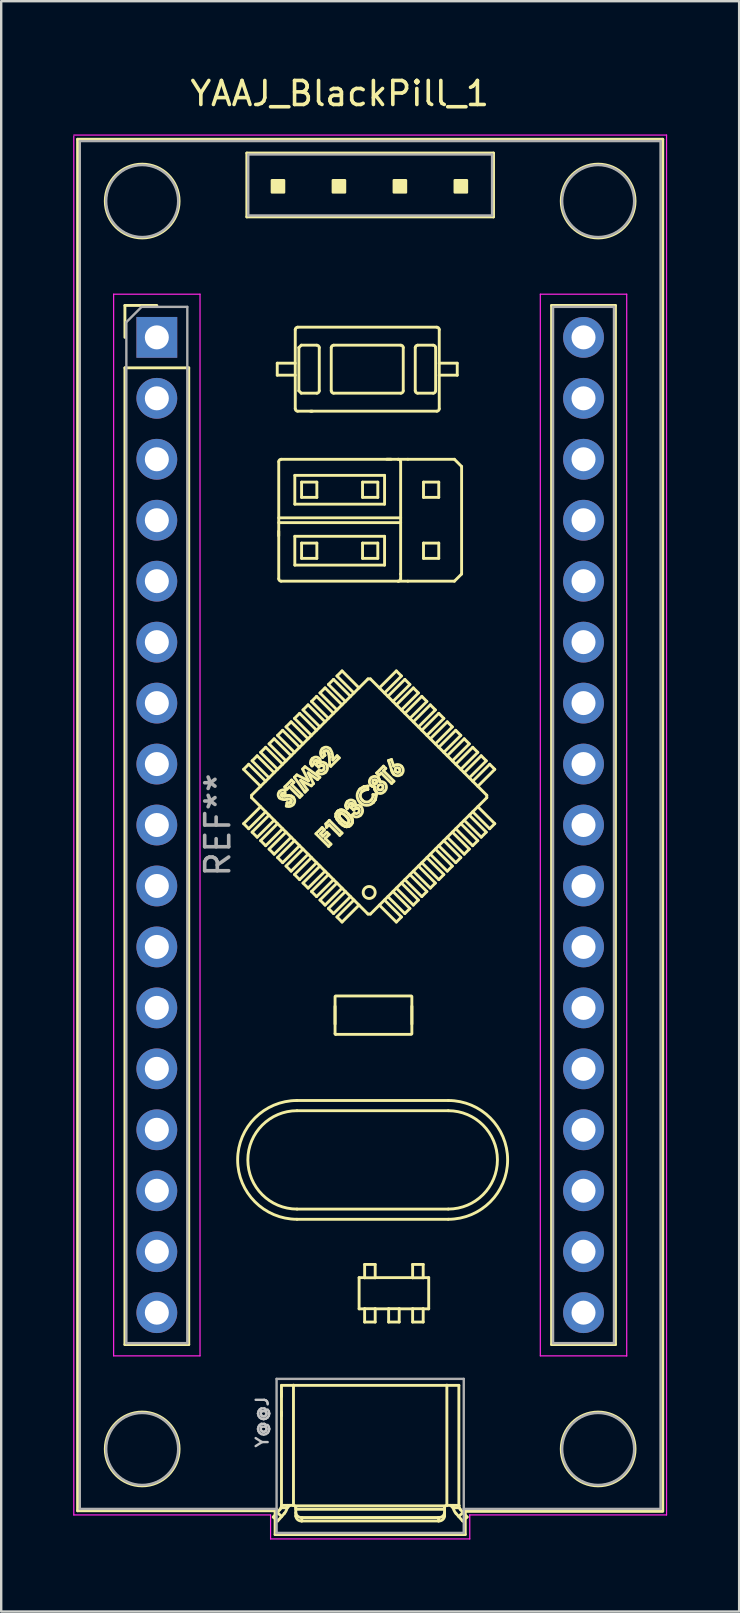
<source format=kicad_pcb>
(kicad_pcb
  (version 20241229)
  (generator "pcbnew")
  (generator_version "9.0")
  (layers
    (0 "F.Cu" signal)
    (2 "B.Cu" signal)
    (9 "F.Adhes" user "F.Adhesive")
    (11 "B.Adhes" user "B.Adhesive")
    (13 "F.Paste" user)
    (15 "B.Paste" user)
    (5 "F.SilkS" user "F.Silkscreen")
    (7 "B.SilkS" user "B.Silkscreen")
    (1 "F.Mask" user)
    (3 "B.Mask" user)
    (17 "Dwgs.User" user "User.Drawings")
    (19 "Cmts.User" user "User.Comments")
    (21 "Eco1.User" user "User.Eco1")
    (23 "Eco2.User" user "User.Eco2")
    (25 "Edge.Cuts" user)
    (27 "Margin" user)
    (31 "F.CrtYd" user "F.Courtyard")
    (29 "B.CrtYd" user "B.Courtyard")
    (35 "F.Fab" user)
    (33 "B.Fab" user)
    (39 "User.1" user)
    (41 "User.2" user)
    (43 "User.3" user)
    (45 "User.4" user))
  (footprint "YAAJ_BlackPill_1"
    (layer "F.Cu")
    (at 3.485 11.008)
    (property "Reference" "YAAJ_BlackPill_1" (at 7.62 -10.16 0) (layer "F.SilkS") (effects (font (size 1 1) (thickness 0.15))))
    (attr through_hole)
    (fp_line (start -3.302 -8.255) (end 21.082 -8.255) (stroke (width 0.12) (type solid)) (layer "F.SilkS"))
    (fp_line (start -3.302 48.895) (end -3.302 -8.255) (stroke (width 0.12) (type solid)) (layer "F.SilkS"))
    (fp_line (start -3.302 48.895) (end 4.928 48.895) (stroke (width 0.12) (type solid)) (layer "F.SilkS"))
    (fp_line (start -1.33 -1.33) (end -1.33 0) (stroke (width 0.12) (type solid)) (layer "F.SilkS"))
    (fp_line (start -1.33 -1.33) (end 0 -1.33) (stroke (width 0.12) (type solid)) (layer "F.SilkS"))
    (fp_line (start -1.33 1.27) (end -1.33 41.97) (stroke (width 0.12) (type solid)) (layer "F.SilkS"))
    (fp_line (start -1.33 1.27) (end 1.33 1.27) (stroke (width 0.12) (type solid)) (layer "F.SilkS"))
    (fp_line (start 1.33 1.27) (end 1.33 41.97) (stroke (width 0.12) (type solid)) (layer "F.SilkS"))
    (fp_line (start 1.33 41.97) (end -1.33 41.97) (stroke (width 0.12) (type solid)) (layer "F.SilkS"))
    (fp_line (start 3.617 18) (end 4.324 18.707) (stroke (width 0.12) (type solid)) (layer "F.SilkS"))
    (fp_line (start 3.617 20.263) (end 4.324 19.556) (stroke (width 0.12) (type solid)) (layer "F.SilkS"))
    (fp_line (start 3.75 -7.68) (end 3.75 -5.02) (stroke (width 0.12) (type solid)) (layer "F.SilkS"))
    (fp_line (start 3.75 -5.02) (end 14.03 -5.02) (stroke (width 0.12) (type solid)) (layer "F.SilkS"))
    (fp_line (start 3.829 17.788) (end 3.617 18) (stroke (width 0.12) (type solid)) (layer "F.SilkS"))
    (fp_line (start 3.829 17.788) (end 4.536 18.495) (stroke (width 0.12) (type solid)) (layer "F.SilkS"))
    (fp_line (start 3.829 20.475) (end 3.617 20.263) (stroke (width 0.12) (type solid)) (layer "F.SilkS"))
    (fp_line (start 3.829 20.475) (end 4.536 19.768) (stroke (width 0.12) (type solid)) (layer "F.SilkS"))
    (fp_line (start 3.949 19.081) (end 8.799 14.232) (stroke (width 0.12) (type solid)) (layer "F.SilkS"))
    (fp_line (start 3.949 19.181) (end 3.949 19.081) (stroke (width 0.12) (type solid)) (layer "F.SilkS"))
    (fp_line (start 3.97 17.646) (end 4.677 18.354) (stroke (width 0.12) (type solid)) (layer "F.SilkS"))
    (fp_line (start 3.97 20.616) (end 4.677 19.909) (stroke (width 0.12) (type solid)) (layer "F.SilkS"))
    (fp_line (start 4.182 17.434) (end 3.97 17.646) (stroke (width 0.12) (type solid)) (layer "F.SilkS"))
    (fp_line (start 4.182 17.434) (end 4.889 18.141) (stroke (width 0.12) (type solid)) (layer "F.SilkS"))
    (fp_line (start 4.182 20.828) (end 3.97 20.616) (stroke (width 0.12) (type solid)) (layer "F.SilkS"))
    (fp_line (start 4.182 20.828) (end 4.889 20.121) (stroke (width 0.12) (type solid)) (layer "F.SilkS"))
    (fp_line (start 4.324 17.293) (end 5.031 18) (stroke (width 0.12) (type solid)) (layer "F.SilkS"))
    (fp_line (start 4.324 20.97) (end 5.031 20.263) (stroke (width 0.12) (type solid)) (layer "F.SilkS"))
    (fp_line (start 4.536 17.081) (end 4.324 17.293) (stroke (width 0.12) (type solid)) (layer "F.SilkS"))
    (fp_line (start 4.536 17.081) (end 5.243 17.788) (stroke (width 0.12) (type solid)) (layer "F.SilkS"))
    (fp_line (start 4.536 21.182) (end 4.324 20.97) (stroke (width 0.12) (type solid)) (layer "F.SilkS"))
    (fp_line (start 4.536 21.182) (end 5.243 20.475) (stroke (width 0.12) (type solid)) (layer "F.SilkS"))
    (fp_line (start 4.677 16.939) (end 5.384 17.646) (stroke (width 0.12) (type solid)) (layer "F.SilkS"))
    (fp_line (start 4.677 21.323) (end 5.384 20.616) (stroke (width 0.12) (type solid)) (layer "F.SilkS"))
    (fp_line (start 4.853 49.157) (end 5.131 48.841) (stroke (width 0.12) (type solid)) (layer "F.SilkS"))
    (fp_line (start 4.889 16.727) (end 4.677 16.939) (stroke (width 0.12) (type solid)) (layer "F.SilkS"))
    (fp_line (start 4.889 16.727) (end 5.596 17.434) (stroke (width 0.12) (type solid)) (layer "F.SilkS"))
    (fp_line (start 4.889 21.536) (end 4.677 21.323) (stroke (width 0.12) (type solid)) (layer "F.SilkS"))
    (fp_line (start 4.889 21.536) (end 5.596 20.828) (stroke (width 0.12) (type solid)) (layer "F.SilkS"))
    (fp_line (start 4.928 48.895) (end 4.928 49.886) (stroke (width 0.12) (type solid)) (layer "F.SilkS"))
    (fp_line (start 4.928 49.886) (end 12.852 49.886) (stroke (width 0.12) (type solid)) (layer "F.SilkS"))
    (fp_line (start 5.018 48.97) (end 5.203 49.132) (stroke (width 0.12) (type solid)) (layer "F.SilkS"))
    (fp_line (start 5.018 1.576) (end 5.018 1.076) (stroke (width 0.12) (type solid)) (layer "F.SilkS"))
    (fp_line (start 5.031 16.586) (end 5.738 17.293) (stroke (width 0.12) (type solid)) (layer "F.SilkS"))
    (fp_line (start 5.031 21.677) (end 5.738 20.97) (stroke (width 0.12) (type solid)) (layer "F.SilkS"))
    (fp_line (start 5.037 49.32) (end 4.853 49.157) (stroke (width 0.12) (type solid)) (layer "F.SilkS"))
    (fp_line (start 5.079 8.079) (end 5.079 8.268) (stroke (width 0.12) (type solid)) (layer "F.SilkS"))
    (fp_line (start 5.08 7.52) (end 10.16 7.52) (stroke (width 0.12) (type solid)) (layer "F.SilkS"))
    (fp_line (start 5.08 10.06) (end 5.08 5.18) (stroke (width 0.12) (type solid)) (layer "F.SilkS"))
    (fp_line (start 5.18 5.08) (end 10.06 5.08) (stroke (width 0.12) (type solid)) (layer "F.SilkS"))
    (fp_line (start 5.193 43.91) (end 5.193 44.137) (stroke (width 0.12) (type solid)) (layer "F.SilkS"))
    (fp_line (start 5.193 44.785) (end 5.193 44.826) (stroke (width 0.12) (type solid)) (layer "F.SilkS"))
    (fp_line (start 5.193 44.885) (end 5.193 44.939) (stroke (width 0.12) (type solid)) (layer "F.SilkS"))
    (fp_line (start 5.194 48.678) (end 5.199 48.67) (stroke (width 0.12) (type solid)) (layer "F.SilkS"))
    (fp_line (start 5.194 43.67) (end 12.586 43.67) (stroke (width 0.12) (type solid)) (layer "F.SilkS"))
    (fp_line (start 5.194 48.676) (end 5.194 48.678) (stroke (width 0.12) (type solid)) (layer "F.SilkS"))
    (fp_line (start 5.194 48.676) (end 5.194 43.67) (stroke (width 0.12) (type solid)) (layer "F.SilkS"))
    (fp_line (start 5.199 48.67) (end 5.2 48.67) (stroke (width 0.12) (type solid)) (layer "F.SilkS"))
    (fp_line (start 5.2 48.67) (end 5.69 48.67) (stroke (width 0.12) (type solid)) (layer "F.SilkS"))
    (fp_line (start 5.202 19.093) (end 5.22 19.105) (stroke (width 0.12) (type solid)) (layer "F.SilkS"))
    (fp_line (start 5.202 19.093) (end 5.22 19.105) (stroke (width 0.12) (type solid)) (layer "F.SilkS"))
    (fp_line (start 5.22 19.105) (end 5.237 19.109) (stroke (width 0.12) (type solid)) (layer "F.SilkS"))
    (fp_line (start 5.22 19.105) (end 5.237 19.109) (stroke (width 0.12) (type solid)) (layer "F.SilkS"))
    (fp_line (start 5.237 19.109) (end 5.315 19.109) (stroke (width 0.12) (type solid)) (layer "F.SilkS"))
    (fp_line (start 5.237 19.109) (end 5.315 19.109) (stroke (width 0.12) (type solid)) (layer "F.SilkS"))
    (fp_line (start 5.243 16.374) (end 5.031 16.586) (stroke (width 0.12) (type solid)) (layer "F.SilkS"))
    (fp_line (start 5.243 16.374) (end 5.95 17.081) (stroke (width 0.12) (type solid)) (layer "F.SilkS"))
    (fp_line (start 5.243 21.889) (end 5.031 21.677) (stroke (width 0.12) (type solid)) (layer "F.SilkS"))
    (fp_line (start 5.243 21.889) (end 5.95 21.182) (stroke (width 0.12) (type solid)) (layer "F.SilkS"))
    (fp_line (start 5.315 49.005) (end 5.037 49.32) (stroke (width 0.12) (type solid)) (layer "F.SilkS"))
    (fp_line (start 5.315 19.109) (end 5.377 19.106) (stroke (width 0.12) (type solid)) (layer "F.SilkS"))
    (fp_line (start 5.315 19.109) (end 5.377 19.106) (stroke (width 0.12) (type solid)) (layer "F.SilkS"))
    (fp_line (start 5.331 18.732) (end 5.616 18.446) (stroke (width 0.12) (type solid)) (layer "F.SilkS"))
    (fp_line (start 5.347 18.857) (end 5.341 18.993) (stroke (width 0.12) (type solid)) (layer "F.SilkS"))
    (fp_line (start 5.377 19.106) (end 5.45 19.101) (stroke (width 0.12) (type solid)) (layer "F.SilkS"))
    (fp_line (start 5.377 19.106) (end 5.45 19.101) (stroke (width 0.12) (type solid)) (layer "F.SilkS"))
    (fp_line (start 5.384 16.232) (end 6.091 16.939) (stroke (width 0.12) (type solid)) (layer "F.SilkS"))
    (fp_line (start 5.384 22.03) (end 6.091 21.323) (stroke (width 0.12) (type solid)) (layer "F.SilkS"))
    (fp_line (start 5.395 19.53) (end 5.428 19.396) (stroke (width 0.12) (type solid)) (layer "F.SilkS"))
    (fp_line (start 5.426 18.827) (end 5.331 18.732) (stroke (width 0.12) (type solid)) (layer "F.SilkS"))
    (fp_line (start 5.428 19.396) (end 5.519 19.407) (stroke (width 0.12) (type solid)) (layer "F.SilkS"))
    (fp_line (start 5.428 19.396) (end 5.519 19.407) (stroke (width 0.12) (type solid)) (layer "F.SilkS"))
    (fp_line (start 5.428 48.782) (end 5.54 48.67) (stroke (width 0.12) (type solid)) (layer "F.SilkS"))
    (fp_line (start 5.431 48.77) (end 5.175 48.77) (stroke (width 0.12) (type solid)) (layer "F.SilkS"))
    (fp_line (start 5.44 48.67) (end 5.44 48.674) (stroke (width 0.12) (type solid)) (layer "F.SilkS"))
    (fp_line (start 5.45 19.101) (end 5.507 19.099) (stroke (width 0.12) (type solid)) (layer "F.SilkS"))
    (fp_line (start 5.45 19.101) (end 5.507 19.099) (stroke (width 0.12) (type solid)) (layer "F.SilkS"))
    (fp_line (start 5.507 19.099) (end 5.613 19.118) (stroke (width 0.12) (type solid)) (layer "F.SilkS"))
    (fp_line (start 5.507 19.099) (end 5.613 19.118) (stroke (width 0.12) (type solid)) (layer "F.SilkS"))
    (fp_line (start 5.519 19.407) (end 5.554 19.397) (stroke (width 0.12) (type solid)) (layer "F.SilkS"))
    (fp_line (start 5.519 19.407) (end 5.554 19.397) (stroke (width 0.12) (type solid)) (layer "F.SilkS"))
    (fp_line (start 5.521 18.732) (end 5.426 18.827) (stroke (width 0.12) (type solid)) (layer "F.SilkS"))
    (fp_line (start 5.554 19.397) (end 5.583 19.377) (stroke (width 0.12) (type solid)) (layer "F.SilkS"))
    (fp_line (start 5.554 19.397) (end 5.583 19.377) (stroke (width 0.12) (type solid)) (layer "F.SilkS"))
    (fp_line (start 5.596 16.02) (end 5.384 16.232) (stroke (width 0.12) (type solid)) (layer "F.SilkS"))
    (fp_line (start 5.596 16.02) (end 6.304 16.727) (stroke (width 0.12) (type solid)) (layer "F.SilkS"))
    (fp_line (start 5.596 22.243) (end 5.384 22.03) (stroke (width 0.12) (type solid)) (layer "F.SilkS"))
    (fp_line (start 5.596 22.243) (end 6.304 21.536) (stroke (width 0.12) (type solid)) (layer "F.SilkS"))
    (fp_line (start 5.613 19.118) (end 5.683 19.166) (stroke (width 0.12) (type solid)) (layer "F.SilkS"))
    (fp_line (start 5.613 19.118) (end 5.683 19.166) (stroke (width 0.12) (type solid)) (layer "F.SilkS"))
    (fp_line (start 5.616 18.446) (end 5.712 18.541) (stroke (width 0.12) (type solid)) (layer "F.SilkS"))
    (fp_line (start 5.616 18.637) (end 6.052 19.072) (stroke (width 0.12) (type solid)) (layer "F.SilkS"))
    (fp_line (start 5.69 48.67) (end 5.694 48.67) (stroke (width 0.12) (type solid)) (layer "F.SilkS"))
    (fp_line (start 5.694 48.67) (end 5.694 43.66) (stroke (width 0.12) (type solid)) (layer "F.SilkS"))
    (fp_line (start 5.712 18.541) (end 5.616 18.637) (stroke (width 0.12) (type solid)) (layer "F.SilkS"))
    (fp_line (start 5.733 18.329) (end 5.832 18.231) (stroke (width 0.12) (type solid)) (layer "F.SilkS"))
    (fp_line (start 5.738 15.879) (end 6.445 16.586) (stroke (width 0.12) (type solid)) (layer "F.SilkS"))
    (fp_line (start 5.738 22.384) (end 6.445 21.677) (stroke (width 0.12) (type solid)) (layer "F.SilkS"))
    (fp_line (start 5.75 5.75) (end 9.49 5.75) (stroke (width 0.12) (type solid)) (layer "F.SilkS"))
    (fp_line (start 5.75 6.95) (end 5.75 5.75) (stroke (width 0.12) (type solid)) (layer "F.SilkS"))
    (fp_line (start 5.75 8.29) (end 9.49 8.29) (stroke (width 0.12) (type solid)) (layer "F.SilkS"))
    (fp_line (start 5.75 9.49) (end 5.75 8.29) (stroke (width 0.12) (type solid)) (layer "F.SilkS"))
    (fp_line (start 5.752 48.691) (end 12.028 48.691) (stroke (width 0.12) (type solid)) (layer "F.SilkS"))
    (fp_line (start 5.768 -0.324) (end 5.768 2.976) (stroke (width 0.12) (type solid)) (layer "F.SilkS"))
    (fp_line (start 5.768 1.076) (end 5.018 1.076) (stroke (width 0.12) (type solid)) (layer "F.SilkS"))
    (fp_line (start 5.768 1.576) (end 5.018 1.576) (stroke (width 0.12) (type solid)) (layer "F.SilkS"))
    (fp_line (start 5.79 49.115) (end 5.79 48.77) (stroke (width 0.12) (type solid)) (layer "F.SilkS"))
    (fp_line (start 5.832 18.231) (end 6.323 18.48) (stroke (width 0.12) (type solid)) (layer "F.SilkS"))
    (fp_line (start 5.843 32.224) (end 12.143 32.224) (stroke (width 0.12) (type solid)) (layer "F.SilkS"))
    (fp_line (start 5.843 36.749) (end 12.143 36.749) (stroke (width 0.12) (type solid)) (layer "F.SilkS"))
    (fp_line (start 5.868 3.076) (end 11.668 3.076) (stroke (width 0.12) (type solid)) (layer "F.SilkS"))
    (fp_line (start 5.918 0.426) (end 6.018 0.326) (stroke (width 0.12) (type solid)) (layer "F.SilkS"))
    (fp_line (start 5.918 2.226) (end 5.918 0.426) (stroke (width 0.12) (type solid)) (layer "F.SilkS"))
    (fp_line (start 5.918 2.226) (end 6.018 2.326) (stroke (width 0.12) (type solid)) (layer "F.SilkS"))
    (fp_line (start 5.95 15.667) (end 5.738 15.879) (stroke (width 0.12) (type solid)) (layer "F.SilkS"))
    (fp_line (start 5.95 15.667) (end 6.657 16.374) (stroke (width 0.12) (type solid)) (layer "F.SilkS"))
    (fp_line (start 5.95 22.596) (end 5.738 22.384) (stroke (width 0.12) (type solid)) (layer "F.SilkS"))
    (fp_line (start 5.95 22.596) (end 6.657 21.889) (stroke (width 0.12) (type solid)) (layer "F.SilkS"))
    (fp_line (start 5.956 19.167) (end 5.521 18.732) (stroke (width 0.12) (type solid)) (layer "F.SilkS"))
    (fp_line (start 5.992 18.461) (end 6.27 18.853) (stroke (width 0.12) (type solid)) (layer "F.SilkS"))
    (fp_line (start 6.018 0.326) (end 6.668 0.326) (stroke (width 0.12) (type solid)) (layer "F.SilkS"))
    (fp_line (start 6.032 6.032) (end 6.668 6.032) (stroke (width 0.12) (type solid)) (layer "F.SilkS"))
    (fp_line (start 6.032 6.668) (end 6.032 6.032) (stroke (width 0.12) (type solid)) (layer "F.SilkS"))
    (fp_line (start 6.032 8.572) (end 6.668 8.572) (stroke (width 0.12) (type solid)) (layer "F.SilkS"))
    (fp_line (start 6.032 9.208) (end 6.032 8.572) (stroke (width 0.12) (type solid)) (layer "F.SilkS"))
    (fp_line (start 6.04 49.177) (end 6.04 49.32) (stroke (width 0.12) (type solid)) (layer "F.SilkS"))
    (fp_line (start 6.04 49.177) (end 11.74 49.177) (stroke (width 0.12) (type solid)) (layer "F.SilkS"))
    (fp_line (start 6.04 49.32) (end 11.74 49.32) (stroke (width 0.12) (type solid)) (layer "F.SilkS"))
    (fp_line (start 6.052 19.072) (end 5.956 19.167) (stroke (width 0.12) (type solid)) (layer "F.SilkS"))
    (fp_line (start 6.075 17.988) (end 6.173 17.89) (stroke (width 0.12) (type solid)) (layer "F.SilkS"))
    (fp_line (start 6.091 15.525) (end 6.798 16.232) (stroke (width 0.12) (type solid)) (layer "F.SilkS"))
    (fp_line (start 6.091 22.738) (end 6.798 22.03) (stroke (width 0.12) (type solid)) (layer "F.SilkS"))
    (fp_line (start 6.173 17.89) (end 6.793 18.331) (stroke (width 0.12) (type solid)) (layer "F.SilkS"))
    (fp_line (start 6.174 18.949) (end 5.733 18.329) (stroke (width 0.12) (type solid)) (layer "F.SilkS"))
    (fp_line (start 6.27 18.853) (end 6.174 18.949) (stroke (width 0.12) (type solid)) (layer "F.SilkS"))
    (fp_line (start 6.304 15.313) (end 6.091 15.525) (stroke (width 0.12) (type solid)) (layer "F.SilkS"))
    (fp_line (start 6.304 15.313) (end 7.011 16.02) (stroke (width 0.12) (type solid)) (layer "F.SilkS"))
    (fp_line (start 6.304 22.95) (end 6.091 22.738) (stroke (width 0.12) (type solid)) (layer "F.SilkS"))
    (fp_line (start 6.304 22.95) (end 7.011 22.243) (stroke (width 0.12) (type solid)) (layer "F.SilkS"))
    (fp_line (start 6.305 18.149) (end 6.529 18.594) (stroke (width 0.12) (type solid)) (layer "F.SilkS"))
    (fp_line (start 6.323 18.48) (end 6.075 17.988) (stroke (width 0.12) (type solid)) (layer "F.SilkS"))
    (fp_line (start 6.405 3.077) (end 6.425 3.077) (stroke (width 0.12) (type solid)) (layer "F.SilkS"))
    (fp_line (start 6.414 17.721) (end 6.434 17.62) (stroke (width 0.12) (type solid)) (layer "F.SilkS"))
    (fp_line (start 6.414 17.721) (end 6.434 17.62) (stroke (width 0.12) (type solid)) (layer "F.SilkS"))
    (fp_line (start 6.426 17.784) (end 6.414 17.721) (stroke (width 0.12) (type solid)) (layer "F.SilkS"))
    (fp_line (start 6.426 17.784) (end 6.414 17.721) (stroke (width 0.12) (type solid)) (layer "F.SilkS"))
    (fp_line (start 6.434 17.62) (end 6.481 17.554) (stroke (width 0.12) (type solid)) (layer "F.SilkS"))
    (fp_line (start 6.434 17.62) (end 6.481 17.554) (stroke (width 0.12) (type solid)) (layer "F.SilkS"))
    (fp_line (start 6.437 18.687) (end 5.992 18.461) (stroke (width 0.12) (type solid)) (layer "F.SilkS"))
    (fp_line (start 6.445 15.172) (end 7.152 15.879) (stroke (width 0.12) (type solid)) (layer "F.SilkS"))
    (fp_line (start 6.445 23.091) (end 7.152 22.384) (stroke (width 0.12) (type solid)) (layer "F.SilkS"))
    (fp_line (start 6.455 3.077) (end 6.482 3.077) (stroke (width 0.12) (type solid)) (layer "F.SilkS"))
    (fp_line (start 6.466 17.855) (end 6.426 17.784) (stroke (width 0.12) (type solid)) (layer "F.SilkS"))
    (fp_line (start 6.466 17.855) (end 6.426 17.784) (stroke (width 0.12) (type solid)) (layer "F.SilkS"))
    (fp_line (start 6.529 18.594) (end 6.437 18.687) (stroke (width 0.12) (type solid)) (layer "F.SilkS"))
    (fp_line (start 6.562 17.76) (end 6.466 17.855) (stroke (width 0.12) (type solid)) (layer "F.SilkS"))
    (fp_line (start 6.63 20.683) (end 6.888 20.425) (stroke (width 0.12) (type solid)) (layer "F.SilkS"))
    (fp_line (start 6.643 17.814) (end 6.695 17.735) (stroke (width 0.12) (type solid)) (layer "F.SilkS"))
    (fp_line (start 6.643 17.814) (end 6.695 17.735) (stroke (width 0.12) (type solid)) (layer "F.SilkS"))
    (fp_line (start 6.657 14.959) (end 6.445 15.172) (stroke (width 0.12) (type solid)) (layer "F.SilkS"))
    (fp_line (start 6.657 14.959) (end 7.364 15.667) (stroke (width 0.12) (type solid)) (layer "F.SilkS"))
    (fp_line (start 6.657 23.303) (end 6.445 23.091) (stroke (width 0.12) (type solid)) (layer "F.SilkS"))
    (fp_line (start 6.657 23.303) (end 7.364 22.596) (stroke (width 0.12) (type solid)) (layer "F.SilkS"))
    (fp_line (start 6.668 6.032) (end 6.668 6.668) (stroke (width 0.12) (type solid)) (layer "F.SilkS"))
    (fp_line (start 6.668 6.668) (end 6.032 6.668) (stroke (width 0.12) (type solid)) (layer "F.SilkS"))
    (fp_line (start 6.668 8.572) (end 6.668 9.208) (stroke (width 0.12) (type solid)) (layer "F.SilkS"))
    (fp_line (start 6.668 9.208) (end 6.032 9.208) (stroke (width 0.12) (type solid)) (layer "F.SilkS"))
    (fp_line (start 6.668 2.326) (end 6.018 2.326) (stroke (width 0.12) (type solid)) (layer "F.SilkS"))
    (fp_line (start 6.677 18.12) (end 6.772 18.025) (stroke (width 0.12) (type solid)) (layer "F.SilkS"))
    (fp_line (start 6.693 17.666) (end 6.679 17.646) (stroke (width 0.12) (type solid)) (layer "F.SilkS"))
    (fp_line (start 6.693 17.666) (end 6.679 17.646) (stroke (width 0.12) (type solid)) (layer "F.SilkS"))
    (fp_line (start 6.695 17.735) (end 6.7 17.688) (stroke (width 0.12) (type solid)) (layer "F.SilkS"))
    (fp_line (start 6.695 17.735) (end 6.7 17.688) (stroke (width 0.12) (type solid)) (layer "F.SilkS"))
    (fp_line (start 6.696 18.427) (end 6.305 18.149) (stroke (width 0.12) (type solid)) (layer "F.SilkS"))
    (fp_line (start 6.7 17.688) (end 6.693 17.666) (stroke (width 0.12) (type solid)) (layer "F.SilkS"))
    (fp_line (start 6.7 17.688) (end 6.693 17.666) (stroke (width 0.12) (type solid)) (layer "F.SilkS"))
    (fp_line (start 6.732 17.902) (end 6.643 17.814) (stroke (width 0.12) (type solid)) (layer "F.SilkS"))
    (fp_line (start 6.768 0.426) (end 6.768 2.226) (stroke (width 0.12) (type solid)) (layer "F.SilkS"))
    (fp_line (start 6.793 18.331) (end 6.696 18.427) (stroke (width 0.12) (type solid)) (layer "F.SilkS"))
    (fp_line (start 6.798 14.818) (end 7.506 15.525) (stroke (width 0.12) (type solid)) (layer "F.SilkS"))
    (fp_line (start 6.798 23.445) (end 7.506 22.738) (stroke (width 0.12) (type solid)) (layer "F.SilkS"))
    (fp_line (start 6.82 20.683) (end 6.922 20.785) (stroke (width 0.12) (type solid)) (layer "F.SilkS"))
    (fp_line (start 6.833 17.836) (end 6.732 17.902) (stroke (width 0.12) (type solid)) (layer "F.SilkS"))
    (fp_line (start 6.833 17.836) (end 6.732 17.902) (stroke (width 0.12) (type solid)) (layer "F.SilkS"))
    (fp_line (start 6.888 20.425) (end 6.983 20.52) (stroke (width 0.12) (type solid)) (layer "F.SilkS"))
    (fp_line (start 6.893 17.832) (end 6.833 17.836) (stroke (width 0.12) (type solid)) (layer "F.SilkS"))
    (fp_line (start 6.893 17.832) (end 6.833 17.836) (stroke (width 0.12) (type solid)) (layer "F.SilkS"))
    (fp_line (start 6.922 20.785) (end 7.085 20.622) (stroke (width 0.12) (type solid)) (layer "F.SilkS"))
    (fp_line (start 6.922 17.841) (end 6.893 17.832) (stroke (width 0.12) (type solid)) (layer "F.SilkS"))
    (fp_line (start 6.922 17.841) (end 6.893 17.832) (stroke (width 0.12) (type solid)) (layer "F.SilkS"))
    (fp_line (start 6.946 17.859) (end 6.922 17.841) (stroke (width 0.12) (type solid)) (layer "F.SilkS"))
    (fp_line (start 6.946 17.859) (end 6.922 17.841) (stroke (width 0.12) (type solid)) (layer "F.SilkS"))
    (fp_line (start 6.957 17.29) (end 6.96 17.343) (stroke (width 0.12) (type solid)) (layer "F.SilkS"))
    (fp_line (start 6.957 17.29) (end 6.96 17.343) (stroke (width 0.12) (type solid)) (layer "F.SilkS"))
    (fp_line (start 6.96 17.343) (end 7.003 17.413) (stroke (width 0.12) (type solid)) (layer "F.SilkS"))
    (fp_line (start 6.96 17.343) (end 7.003 17.413) (stroke (width 0.12) (type solid)) (layer "F.SilkS"))
    (fp_line (start 6.982 17.244) (end 6.957 17.29) (stroke (width 0.12) (type solid)) (layer "F.SilkS"))
    (fp_line (start 6.982 17.244) (end 6.957 17.29) (stroke (width 0.12) (type solid)) (layer "F.SilkS"))
    (fp_line (start 6.983 20.52) (end 6.82 20.683) (stroke (width 0.12) (type solid)) (layer "F.SilkS"))
    (fp_line (start 7.003 17.413) (end 6.908 17.508) (stroke (width 0.12) (type solid)) (layer "F.SilkS"))
    (fp_line (start 7.011 14.606) (end 6.798 14.818) (stroke (width 0.12) (type solid)) (layer "F.SilkS"))
    (fp_line (start 7.011 14.606) (end 7.718 15.313) (stroke (width 0.12) (type solid)) (layer "F.SilkS"))
    (fp_line (start 7.011 23.657) (end 6.798 23.445) (stroke (width 0.12) (type solid)) (layer "F.SilkS"))
    (fp_line (start 7.011 23.657) (end 7.718 22.95) (stroke (width 0.12) (type solid)) (layer "F.SilkS"))
    (fp_line (start 7.017 20.88) (end 7.255 21.118) (stroke (width 0.12) (type solid)) (layer "F.SilkS"))
    (fp_line (start 7.04 20.273) (end 7.187 20.126) (stroke (width 0.12) (type solid)) (layer "F.SilkS"))
    (fp_line (start 7.071 20.418) (end 7.04 20.273) (stroke (width 0.12) (type solid)) (layer "F.SilkS"))
    (fp_line (start 7.085 20.622) (end 7.18 20.717) (stroke (width 0.12) (type solid)) (layer "F.SilkS"))
    (fp_line (start 7.152 14.464) (end 7.859 15.172) (stroke (width 0.12) (type solid)) (layer "F.SilkS"))
    (fp_line (start 7.152 23.798) (end 7.859 23.091) (stroke (width 0.12) (type solid)) (layer "F.SilkS"))
    (fp_line (start 7.16 21.213) (end 6.63 20.683) (stroke (width 0.12) (type solid)) (layer "F.SilkS"))
    (fp_line (start 7.175 17.351) (end 7.122 17.245) (stroke (width 0.12) (type solid)) (layer "F.SilkS"))
    (fp_line (start 7.175 17.351) (end 7.122 17.245) (stroke (width 0.12) (type solid)) (layer "F.SilkS"))
    (fp_line (start 7.18 20.309) (end 7.071 20.418) (stroke (width 0.12) (type solid)) (layer "F.SilkS"))
    (fp_line (start 7.18 20.717) (end 7.017 20.88) (stroke (width 0.12) (type solid)) (layer "F.SilkS"))
    (fp_line (start 7.187 20.126) (end 7.717 20.656) (stroke (width 0.12) (type solid)) (layer "F.SilkS"))
    (fp_line (start 7.19 17.503) (end 7.175 17.351) (stroke (width 0.12) (type solid)) (layer "F.SilkS"))
    (fp_line (start 7.19 17.503) (end 7.175 17.351) (stroke (width 0.12) (type solid)) (layer "F.SilkS"))
    (fp_line (start 7.2 17.827) (end 7.19 17.503) (stroke (width 0.12) (type solid)) (layer "F.SilkS"))
    (fp_line (start 7.248 17.875) (end 7.2 17.827) (stroke (width 0.12) (type solid)) (layer "F.SilkS"))
    (fp_line (start 7.255 21.118) (end 7.16 21.213) (stroke (width 0.12) (type solid)) (layer "F.SilkS"))
    (fp_line (start 7.268 2.226) (end 7.268 0.426) (stroke (width 0.12) (type solid)) (layer "F.SilkS"))
    (fp_line (start 7.327 17.493) (end 7.335 17.612) (stroke (width 0.12) (type solid)) (layer "F.SilkS"))
    (fp_line (start 7.335 17.612) (end 7.513 17.433) (stroke (width 0.12) (type solid)) (layer "F.SilkS"))
    (fp_line (start 7.364 14.252) (end 7.152 14.464) (stroke (width 0.12) (type solid)) (layer "F.SilkS"))
    (fp_line (start 7.364 14.252) (end 8.071 14.959) (stroke (width 0.12) (type solid)) (layer "F.SilkS"))
    (fp_line (start 7.364 24.01) (end 7.152 23.798) (stroke (width 0.12) (type solid)) (layer "F.SilkS"))
    (fp_line (start 7.364 24.01) (end 8.071 23.303) (stroke (width 0.12) (type solid)) (layer "F.SilkS"))
    (fp_line (start 7.368 0.326) (end 10.168 0.326) (stroke (width 0.12) (type solid)) (layer "F.SilkS"))
    (fp_line (start 7.426 28.611) (end 7.426 27.874) (stroke (width 0.12) (type solid)) (layer "F.SilkS"))
    (fp_line (start 7.427 29.018) (end 7.427 27.468) (stroke (width 0.12) (type solid)) (layer "F.SilkS"))
    (fp_line (start 7.452 27.443) (end 10.602 27.443) (stroke (width 0.12) (type solid)) (layer "F.SilkS"))
    (fp_line (start 7.459 19.971) (end 7.467 19.846) (stroke (width 0.12) (type solid)) (layer "F.SilkS"))
    (fp_line (start 7.459 19.971) (end 7.467 19.846) (stroke (width 0.12) (type solid)) (layer "F.SilkS"))
    (fp_line (start 7.467 19.846) (end 7.522 19.763) (stroke (width 0.12) (type solid)) (layer "F.SilkS"))
    (fp_line (start 7.467 19.846) (end 7.522 19.763) (stroke (width 0.12) (type solid)) (layer "F.SilkS"))
    (fp_line (start 7.506 14.111) (end 8.213 14.818) (stroke (width 0.12) (type solid)) (layer "F.SilkS"))
    (fp_line (start 7.506 24.152) (end 8.213 23.445) (stroke (width 0.12) (type solid)) (layer "F.SilkS"))
    (fp_line (start 7.513 17.433) (end 7.602 17.522) (stroke (width 0.12) (type solid)) (layer "F.SilkS"))
    (fp_line (start 7.515 20.094) (end 7.459 19.971) (stroke (width 0.12) (type solid)) (layer "F.SilkS"))
    (fp_line (start 7.515 20.094) (end 7.459 19.971) (stroke (width 0.12) (type solid)) (layer "F.SilkS"))
    (fp_line (start 7.522 19.763) (end 7.574 19.722) (stroke (width 0.12) (type solid)) (layer "F.SilkS"))
    (fp_line (start 7.522 19.763) (end 7.574 19.722) (stroke (width 0.12) (type solid)) (layer "F.SilkS"))
    (fp_line (start 7.574 19.722) (end 7.636 19.698) (stroke (width 0.12) (type solid)) (layer "F.SilkS"))
    (fp_line (start 7.574 19.722) (end 7.636 19.698) (stroke (width 0.12) (type solid)) (layer "F.SilkS"))
    (fp_line (start 7.591 19.93) (end 7.618 20.007) (stroke (width 0.12) (type solid)) (layer "F.SilkS"))
    (fp_line (start 7.591 19.93) (end 7.618 20.007) (stroke (width 0.12) (type solid)) (layer "F.SilkS"))
    (fp_line (start 7.597 19.89) (end 7.591 19.93) (stroke (width 0.12) (type solid)) (layer "F.SilkS"))
    (fp_line (start 7.597 19.89) (end 7.591 19.93) (stroke (width 0.12) (type solid)) (layer "F.SilkS"))
    (fp_line (start 7.602 17.522) (end 7.248 17.875) (stroke (width 0.12) (type solid)) (layer "F.SilkS"))
    (fp_line (start 7.618 20.007) (end 7.724 20.132) (stroke (width 0.12) (type solid)) (layer "F.SilkS"))
    (fp_line (start 7.618 20.007) (end 7.724 20.132) (stroke (width 0.12) (type solid)) (layer "F.SilkS"))
    (fp_line (start 7.62 19.856) (end 7.597 19.89) (stroke (width 0.12) (type solid)) (layer "F.SilkS"))
    (fp_line (start 7.62 19.856) (end 7.597 19.89) (stroke (width 0.12) (type solid)) (layer "F.SilkS"))
    (fp_line (start 7.622 20.751) (end 7.18 20.309) (stroke (width 0.12) (type solid)) (layer "F.SilkS"))
    (fp_line (start 7.627 20.226) (end 7.515 20.094) (stroke (width 0.12) (type solid)) (layer "F.SilkS"))
    (fp_line (start 7.627 20.226) (end 7.515 20.094) (stroke (width 0.12) (type solid)) (layer "F.SilkS"))
    (fp_line (start 7.636 19.698) (end 7.702 19.693) (stroke (width 0.12) (type solid)) (layer "F.SilkS"))
    (fp_line (start 7.636 19.698) (end 7.702 19.693) (stroke (width 0.12) (type solid)) (layer "F.SilkS"))
    (fp_line (start 7.653 19.835) (end 7.62 19.856) (stroke (width 0.12) (type solid)) (layer "F.SilkS"))
    (fp_line (start 7.692 19.831) (end 7.653 19.835) (stroke (width 0.12) (type solid)) (layer "F.SilkS"))
    (fp_line (start 7.702 19.693) (end 7.767 19.707) (stroke (width 0.12) (type solid)) (layer "F.SilkS"))
    (fp_line (start 7.702 19.693) (end 7.767 19.707) (stroke (width 0.12) (type solid)) (layer "F.SilkS"))
    (fp_line (start 7.717 20.656) (end 7.622 20.751) (stroke (width 0.12) (type solid)) (layer "F.SilkS"))
    (fp_line (start 7.718 13.899) (end 7.506 14.111) (stroke (width 0.12) (type solid)) (layer "F.SilkS"))
    (fp_line (start 7.718 13.899) (end 8.425 14.606) (stroke (width 0.12) (type solid)) (layer "F.SilkS"))
    (fp_line (start 7.718 24.364) (end 7.506 24.152) (stroke (width 0.12) (type solid)) (layer "F.SilkS"))
    (fp_line (start 7.718 24.364) (end 8.425 23.657) (stroke (width 0.12) (type solid)) (layer "F.SilkS"))
    (fp_line (start 7.724 20.132) (end 7.843 20.229) (stroke (width 0.12) (type solid)) (layer "F.SilkS"))
    (fp_line (start 7.724 20.132) (end 7.843 20.229) (stroke (width 0.12) (type solid)) (layer "F.SilkS"))
    (fp_line (start 7.726 20.313) (end 7.627 20.226) (stroke (width 0.12) (type solid)) (layer "F.SilkS"))
    (fp_line (start 7.726 20.313) (end 7.627 20.226) (stroke (width 0.12) (type solid)) (layer "F.SilkS"))
    (fp_line (start 7.766 19.855) (end 7.692 19.831) (stroke (width 0.12) (type solid)) (layer "F.SilkS"))
    (fp_line (start 7.767 19.707) (end 7.883 19.772) (stroke (width 0.12) (type solid)) (layer "F.SilkS"))
    (fp_line (start 7.767 19.707) (end 7.883 19.772) (stroke (width 0.12) (type solid)) (layer "F.SilkS"))
    (fp_line (start 7.841 20.377) (end 7.726 20.313) (stroke (width 0.12) (type solid)) (layer "F.SilkS"))
    (fp_line (start 7.841 20.377) (end 7.726 20.313) (stroke (width 0.12) (type solid)) (layer "F.SilkS"))
    (fp_line (start 7.843 20.229) (end 7.917 20.251) (stroke (width 0.12) (type solid)) (layer "F.SilkS"))
    (fp_line (start 7.843 20.229) (end 7.917 20.251) (stroke (width 0.12) (type solid)) (layer "F.SilkS"))
    (fp_line (start 7.875 19.509) (end 7.896 19.408) (stroke (width 0.12) (type solid)) (layer "F.SilkS"))
    (fp_line (start 7.875 19.509) (end 7.896 19.408) (stroke (width 0.12) (type solid)) (layer "F.SilkS"))
    (fp_line (start 7.883 19.772) (end 7.983 19.861) (stroke (width 0.12) (type solid)) (layer "F.SilkS"))
    (fp_line (start 7.883 19.772) (end 7.983 19.861) (stroke (width 0.12) (type solid)) (layer "F.SilkS"))
    (fp_line (start 7.888 19.956) (end 7.766 19.855) (stroke (width 0.12) (type solid)) (layer "F.SilkS"))
    (fp_line (start 7.888 19.572) (end 7.875 19.509) (stroke (width 0.12) (type solid)) (layer "F.SilkS"))
    (fp_line (start 7.888 19.572) (end 7.875 19.509) (stroke (width 0.12) (type solid)) (layer "F.SilkS"))
    (fp_line (start 7.896 19.408) (end 7.943 19.342) (stroke (width 0.12) (type solid)) (layer "F.SilkS"))
    (fp_line (start 7.896 19.408) (end 7.943 19.342) (stroke (width 0.12) (type solid)) (layer "F.SilkS"))
    (fp_line (start 7.905 20.39) (end 7.841 20.377) (stroke (width 0.12) (type solid)) (layer "F.SilkS"))
    (fp_line (start 7.905 20.39) (end 7.841 20.377) (stroke (width 0.12) (type solid)) (layer "F.SilkS"))
    (fp_line (start 7.917 20.251) (end 7.955 20.245) (stroke (width 0.12) (type solid)) (layer "F.SilkS"))
    (fp_line (start 7.917 20.251) (end 7.955 20.245) (stroke (width 0.12) (type solid)) (layer "F.SilkS"))
    (fp_line (start 7.928 19.643) (end 7.888 19.572) (stroke (width 0.12) (type solid)) (layer "F.SilkS"))
    (fp_line (start 7.928 19.643) (end 7.888 19.572) (stroke (width 0.12) (type solid)) (layer "F.SilkS"))
    (fp_line (start 7.95 20.025) (end 7.888 19.956) (stroke (width 0.12) (type solid)) (layer "F.SilkS"))
    (fp_line (start 7.95 20.025) (end 7.888 19.956) (stroke (width 0.12) (type solid)) (layer "F.SilkS"))
    (fp_line (start 7.955 20.245) (end 7.987 20.223) (stroke (width 0.12) (type solid)) (layer "F.SilkS"))
    (fp_line (start 7.955 20.245) (end 7.987 20.223) (stroke (width 0.12) (type solid)) (layer "F.SilkS"))
    (fp_line (start 7.971 20.385) (end 7.905 20.39) (stroke (width 0.12) (type solid)) (layer "F.SilkS"))
    (fp_line (start 7.971 20.385) (end 7.905 20.39) (stroke (width 0.12) (type solid)) (layer "F.SilkS"))
    (fp_line (start 7.983 19.861) (end 8.071 19.96) (stroke (width 0.12) (type solid)) (layer "F.SilkS"))
    (fp_line (start 7.983 19.861) (end 8.071 19.96) (stroke (width 0.12) (type solid)) (layer "F.SilkS"))
    (fp_line (start 8.008 20.129) (end 7.95 20.025) (stroke (width 0.12) (type solid)) (layer "F.SilkS"))
    (fp_line (start 8.008 20.129) (end 7.95 20.025) (stroke (width 0.12) (type solid)) (layer "F.SilkS"))
    (fp_line (start 8.023 19.548) (end 7.928 19.643) (stroke (width 0.12) (type solid)) (layer "F.SilkS"))
    (fp_line (start 8.031 20.359) (end 7.971 20.385) (stroke (width 0.12) (type solid)) (layer "F.SilkS"))
    (fp_line (start 8.031 20.359) (end 7.971 20.385) (stroke (width 0.12) (type solid)) (layer "F.SilkS"))
    (fp_line (start 8.071 19.96) (end 8.136 20.075) (stroke (width 0.12) (type solid)) (layer "F.SilkS"))
    (fp_line (start 8.071 19.96) (end 8.136 20.075) (stroke (width 0.12) (type solid)) (layer "F.SilkS"))
    (fp_line (start 8.082 20.318) (end 8.031 20.359) (stroke (width 0.12) (type solid)) (layer "F.SilkS"))
    (fp_line (start 8.082 20.318) (end 8.031 20.359) (stroke (width 0.12) (type solid)) (layer "F.SilkS"))
    (fp_line (start 8.105 19.602) (end 8.157 19.523) (stroke (width 0.12) (type solid)) (layer "F.SilkS"))
    (fp_line (start 8.105 19.602) (end 8.157 19.523) (stroke (width 0.12) (type solid)) (layer "F.SilkS"))
    (fp_line (start 8.124 20.266) (end 8.082 20.318) (stroke (width 0.12) (type solid)) (layer "F.SilkS"))
    (fp_line (start 8.124 20.266) (end 8.082 20.318) (stroke (width 0.12) (type solid)) (layer "F.SilkS"))
    (fp_line (start 8.136 20.075) (end 8.151 20.139) (stroke (width 0.12) (type solid)) (layer "F.SilkS"))
    (fp_line (start 8.136 20.075) (end 8.151 20.139) (stroke (width 0.12) (type solid)) (layer "F.SilkS"))
    (fp_line (start 8.139 19.908) (end 8.234 19.813) (stroke (width 0.12) (type solid)) (layer "F.SilkS"))
    (fp_line (start 8.149 20.205) (end 8.124 20.266) (stroke (width 0.12) (type solid)) (layer "F.SilkS"))
    (fp_line (start 8.149 20.205) (end 8.124 20.266) (stroke (width 0.12) (type solid)) (layer "F.SilkS"))
    (fp_line (start 8.151 20.139) (end 8.149 20.205) (stroke (width 0.12) (type solid)) (layer "F.SilkS"))
    (fp_line (start 8.151 20.139) (end 8.149 20.205) (stroke (width 0.12) (type solid)) (layer "F.SilkS"))
    (fp_line (start 8.155 19.454) (end 8.141 19.434) (stroke (width 0.12) (type solid)) (layer "F.SilkS"))
    (fp_line (start 8.155 19.454) (end 8.141 19.434) (stroke (width 0.12) (type solid)) (layer "F.SilkS"))
    (fp_line (start 8.157 19.523) (end 8.162 19.476) (stroke (width 0.12) (type solid)) (layer "F.SilkS"))
    (fp_line (start 8.157 19.523) (end 8.162 19.476) (stroke (width 0.12) (type solid)) (layer "F.SilkS"))
    (fp_line (start 8.162 19.476) (end 8.155 19.454) (stroke (width 0.12) (type solid)) (layer "F.SilkS"))
    (fp_line (start 8.162 19.476) (end 8.155 19.454) (stroke (width 0.12) (type solid)) (layer "F.SilkS"))
    (fp_line (start 8.193 19.69) (end 8.105 19.602) (stroke (width 0.12) (type solid)) (layer "F.SilkS"))
    (fp_line (start 8.295 19.625) (end 8.193 19.69) (stroke (width 0.12) (type solid)) (layer "F.SilkS"))
    (fp_line (start 8.295 19.625) (end 8.193 19.69) (stroke (width 0.12) (type solid)) (layer "F.SilkS"))
    (fp_line (start 8.355 19.62) (end 8.295 19.625) (stroke (width 0.12) (type solid)) (layer "F.SilkS"))
    (fp_line (start 8.355 19.62) (end 8.295 19.625) (stroke (width 0.12) (type solid)) (layer "F.SilkS"))
    (fp_line (start 8.384 19.629) (end 8.355 19.62) (stroke (width 0.12) (type solid)) (layer "F.SilkS"))
    (fp_line (start 8.384 19.629) (end 8.355 19.62) (stroke (width 0.12) (type solid)) (layer "F.SilkS"))
    (fp_line (start 8.408 19.647) (end 8.384 19.629) (stroke (width 0.12) (type solid)) (layer "F.SilkS"))
    (fp_line (start 8.408 19.647) (end 8.384 19.629) (stroke (width 0.12) (type solid)) (layer "F.SilkS"))
    (fp_line (start 8.429 39.181) (end 8.659 39.181) (stroke (width 0.12) (type solid)) (layer "F.SilkS"))
    (fp_line (start 8.429 40.481) (end 8.429 39.181) (stroke (width 0.12) (type solid)) (layer "F.SilkS"))
    (fp_line (start 8.429 40.481) (end 8.659 40.481) (stroke (width 0.12) (type solid)) (layer "F.SilkS"))
    (fp_line (start 8.463 18.822) (end 8.637 18.718) (stroke (width 0.12) (type solid)) (layer "F.SilkS"))
    (fp_line (start 8.463 18.822) (end 8.637 18.718) (stroke (width 0.12) (type solid)) (layer "F.SilkS"))
    (fp_line (start 8.572 6.032) (end 9.208 6.032) (stroke (width 0.12) (type solid)) (layer "F.SilkS"))
    (fp_line (start 8.572 6.668) (end 8.572 6.032) (stroke (width 0.12) (type solid)) (layer "F.SilkS"))
    (fp_line (start 8.572 8.572) (end 9.208 8.572) (stroke (width 0.12) (type solid)) (layer "F.SilkS"))
    (fp_line (start 8.572 9.208) (end 8.572 8.572) (stroke (width 0.12) (type solid)) (layer "F.SilkS"))
    (fp_line (start 8.637 18.718) (end 8.795 18.701) (stroke (width 0.12) (type solid)) (layer "F.SilkS"))
    (fp_line (start 8.637 18.718) (end 8.795 18.701) (stroke (width 0.12) (type solid)) (layer "F.SilkS"))
    (fp_line (start 8.65 18.859) (end 8.555 18.921) (stroke (width 0.12) (type solid)) (layer "F.SilkS"))
    (fp_line (start 8.65 18.859) (end 8.555 18.921) (stroke (width 0.12) (type solid)) (layer "F.SilkS"))
    (fp_line (start 8.659 38.631) (end 8.659 39.186) (stroke (width 0.12) (type solid)) (layer "F.SilkS"))
    (fp_line (start 8.659 38.631) (end 9.099 38.631) (stroke (width 0.12) (type solid)) (layer "F.SilkS"))
    (fp_line (start 8.659 41.031) (end 8.659 40.476) (stroke (width 0.12) (type solid)) (layer "F.SilkS"))
    (fp_line (start 8.792 18.838) (end 8.65 18.859) (stroke (width 0.12) (type solid)) (layer "F.SilkS"))
    (fp_line (start 8.792 18.838) (end 8.65 18.859) (stroke (width 0.12) (type solid)) (layer "F.SilkS"))
    (fp_line (start 8.795 18.701) (end 8.792 18.838) (stroke (width 0.12) (type solid)) (layer "F.SilkS"))
    (fp_line (start 8.799 24.031) (end 3.949 19.181) (stroke (width 0.12) (type solid)) (layer "F.SilkS"))
    (fp_line (start 8.799 24.031) (end 8.899 24.031) (stroke (width 0.12) (type solid)) (layer "F.SilkS"))
    (fp_line (start 8.899 14.232) (end 8.799 14.232) (stroke (width 0.12) (type solid)) (layer "F.SilkS"))
    (fp_line (start 8.899 14.232) (end 13.749 19.081) (stroke (width 0.12) (type solid)) (layer "F.SilkS"))
    (fp_line (start 8.899 24.031) (end 13.749 19.181) (stroke (width 0.12) (type solid)) (layer "F.SilkS"))
    (fp_line (start 8.981 18.706) (end 8.92 18.663) (stroke (width 0.12) (type solid)) (layer "F.SilkS"))
    (fp_line (start 8.981 18.706) (end 8.92 18.663) (stroke (width 0.12) (type solid)) (layer "F.SilkS"))
    (fp_line (start 9.005 19.051) (end 9.144 19.054) (stroke (width 0.12) (type solid)) (layer "F.SilkS"))
    (fp_line (start 9.074 18.729) (end 8.981 18.706) (stroke (width 0.12) (type solid)) (layer "F.SilkS"))
    (fp_line (start 9.074 18.729) (end 8.981 18.706) (stroke (width 0.12) (type solid)) (layer "F.SilkS"))
    (fp_line (start 9.077 18.828) (end 9.074 18.729) (stroke (width 0.12) (type solid)) (layer "F.SilkS"))
    (fp_line (start 9.077 18.828) (end 9.074 18.729) (stroke (width 0.12) (type solid)) (layer "F.SilkS"))
    (fp_line (start 9.099 38.631) (end 9.099 39.186) (stroke (width 0.12) (type solid)) (layer "F.SilkS"))
    (fp_line (start 9.099 39.181) (end 10.659 39.181) (stroke (width 0.12) (type solid)) (layer "F.SilkS"))
    (fp_line (start 9.099 39.186) (end 8.659 39.186) (stroke (width 0.12) (type solid)) (layer "F.SilkS"))
    (fp_line (start 9.099 40.476) (end 8.659 40.476) (stroke (width 0.12) (type solid)) (layer "F.SilkS"))
    (fp_line (start 9.099 40.481) (end 9.659 40.481) (stroke (width 0.12) (type solid)) (layer "F.SilkS"))
    (fp_line (start 9.099 41.031) (end 8.659 41.031) (stroke (width 0.12) (type solid)) (layer "F.SilkS"))
    (fp_line (start 9.099 41.031) (end 9.099 40.476) (stroke (width 0.12) (type solid)) (layer "F.SilkS"))
    (fp_line (start 9.11 19.252) (end 9.019 19.381) (stroke (width 0.12) (type solid)) (layer "F.SilkS"))
    (fp_line (start 9.11 19.252) (end 9.019 19.381) (stroke (width 0.12) (type solid)) (layer "F.SilkS"))
    (fp_line (start 9.139 18.937) (end 9.077 18.828) (stroke (width 0.12) (type solid)) (layer "F.SilkS"))
    (fp_line (start 9.139 18.937) (end 9.077 18.828) (stroke (width 0.12) (type solid)) (layer "F.SilkS"))
    (fp_line (start 9.144 19.054) (end 9.11 19.252) (stroke (width 0.12) (type solid)) (layer "F.SilkS"))
    (fp_line (start 9.144 19.054) (end 9.11 19.252) (stroke (width 0.12) (type solid)) (layer "F.SilkS"))
    (fp_line (start 9.159 18.154) (end 9.444 17.868) (stroke (width 0.12) (type solid)) (layer "F.SilkS"))
    (fp_line (start 9.208 6.032) (end 9.208 6.668) (stroke (width 0.12) (type solid)) (layer "F.SilkS"))
    (fp_line (start 9.208 6.668) (end 8.572 6.668) (stroke (width 0.12) (type solid)) (layer "F.SilkS"))
    (fp_line (start 9.208 8.572) (end 9.208 9.208) (stroke (width 0.12) (type solid)) (layer "F.SilkS"))
    (fp_line (start 9.208 9.208) (end 8.572 9.208) (stroke (width 0.12) (type solid)) (layer "F.SilkS"))
    (fp_line (start 9.227 18.358) (end 9.277 18.439) (stroke (width 0.12) (type solid)) (layer "F.SilkS"))
    (fp_line (start 9.227 18.358) (end 9.277 18.439) (stroke (width 0.12) (type solid)) (layer "F.SilkS"))
    (fp_line (start 9.254 18.249) (end 9.159 18.154) (stroke (width 0.12) (type solid)) (layer "F.SilkS"))
    (fp_line (start 9.277 18.439) (end 9.29 18.512) (stroke (width 0.12) (type solid)) (layer "F.SilkS"))
    (fp_line (start 9.277 18.439) (end 9.29 18.512) (stroke (width 0.12) (type solid)) (layer "F.SilkS"))
    (fp_line (start 9.349 18.154) (end 9.254 18.249) (stroke (width 0.12) (type solid)) (layer "F.SilkS"))
    (fp_line (start 9.444 17.868) (end 9.54 17.963) (stroke (width 0.12) (type solid)) (layer "F.SilkS"))
    (fp_line (start 9.444 18.059) (end 9.88 18.494) (stroke (width 0.12) (type solid)) (layer "F.SilkS"))
    (fp_line (start 9.49 5.75) (end 9.49 6.95) (stroke (width 0.12) (type solid)) (layer "F.SilkS"))
    (fp_line (start 9.49 6.95) (end 5.75 6.95) (stroke (width 0.12) (type solid)) (layer "F.SilkS"))
    (fp_line (start 9.49 8.29) (end 9.49 9.49) (stroke (width 0.12) (type solid)) (layer "F.SilkS"))
    (fp_line (start 9.49 9.49) (end 5.75 9.49) (stroke (width 0.12) (type solid)) (layer "F.SilkS"))
    (fp_line (start 9.54 17.963) (end 9.444 18.059) (stroke (width 0.12) (type solid)) (layer "F.SilkS"))
    (fp_line (start 9.653 17.632) (end 9.78 17.591) (stroke (width 0.12) (type solid)) (layer "F.SilkS"))
    (fp_line (start 9.659 41.031) (end 9.659 40.476) (stroke (width 0.12) (type solid)) (layer "F.SilkS"))
    (fp_line (start 9.768 5.079) (end 9.579 5.079) (stroke (width 0.12) (type solid)) (layer "F.SilkS"))
    (fp_line (start 9.78 17.591) (end 9.869 17.865) (stroke (width 0.12) (type solid)) (layer "F.SilkS"))
    (fp_line (start 9.783 18.032) (end 9.653 17.632) (stroke (width 0.12) (type solid)) (layer "F.SilkS"))
    (fp_line (start 9.784 18.589) (end 9.349 18.154) (stroke (width 0.12) (type solid)) (layer "F.SilkS"))
    (fp_line (start 9.812 18.11) (end 9.783 18.032) (stroke (width 0.12) (type solid)) (layer "F.SilkS"))
    (fp_line (start 9.812 18.11) (end 9.783 18.032) (stroke (width 0.12) (type solid)) (layer "F.SilkS"))
    (fp_line (start 9.87 18.199) (end 9.812 18.11) (stroke (width 0.12) (type solid)) (layer "F.SilkS"))
    (fp_line (start 9.87 18.199) (end 9.812 18.11) (stroke (width 0.12) (type solid)) (layer "F.SilkS"))
    (fp_line (start 9.88 18.494) (end 9.784 18.589) (stroke (width 0.12) (type solid)) (layer "F.SilkS"))
    (fp_line (start 9.98 13.899) (end 9.273 14.606) (stroke (width 0.12) (type solid)) (layer "F.SilkS"))
    (fp_line (start 9.98 24.364) (end 9.273 23.657) (stroke (width 0.12) (type solid)) (layer "F.SilkS"))
    (fp_line (start 10.06 10.16) (end 10.46 10.16) (stroke (width 0.12) (type solid)) (layer "F.SilkS"))
    (fp_line (start 10.06 10.16) (end 5.18 10.16) (stroke (width 0.12) (type solid)) (layer "F.SilkS"))
    (fp_line (start 10.099 40.476) (end 9.659 40.476) (stroke (width 0.12) (type solid)) (layer "F.SilkS"))
    (fp_line (start 10.099 40.481) (end 10.659 40.481) (stroke (width 0.12) (type solid)) (layer "F.SilkS"))
    (fp_line (start 10.099 41.031) (end 9.659 41.031) (stroke (width 0.12) (type solid)) (layer "F.SilkS"))
    (fp_line (start 10.099 41.031) (end 10.099 40.476) (stroke (width 0.12) (type solid)) (layer "F.SilkS"))
    (fp_line (start 10.16 10.06) (end 10.16 9.86) (stroke (width 0.12) (type solid)) (layer "F.SilkS"))
    (fp_line (start 10.16 5.18) (end 10.16 9.86) (stroke (width 0.12) (type solid)) (layer "F.SilkS"))
    (fp_line (start 10.16 7.72) (end 5.08 7.72) (stroke (width 0.12) (type solid)) (layer "F.SilkS"))
    (fp_line (start 10.168 2.326) (end 7.368 2.326) (stroke (width 0.12) (type solid)) (layer "F.SilkS"))
    (fp_line (start 10.193 14.111) (end 9.486 14.818) (stroke (width 0.12) (type solid)) (layer "F.SilkS"))
    (fp_line (start 10.193 14.111) (end 9.98 13.899) (stroke (width 0.12) (type solid)) (layer "F.SilkS"))
    (fp_line (start 10.193 24.152) (end 9.486 23.445) (stroke (width 0.12) (type solid)) (layer "F.SilkS"))
    (fp_line (start 10.193 24.152) (end 9.98 24.364) (stroke (width 0.12) (type solid)) (layer "F.SilkS"))
    (fp_line (start 10.268 0.426) (end 10.268 2.226) (stroke (width 0.12) (type solid)) (layer "F.SilkS"))
    (fp_line (start 10.334 14.252) (end 9.627 14.959) (stroke (width 0.12) (type solid)) (layer "F.SilkS"))
    (fp_line (start 10.334 24.01) (end 9.627 23.303) (stroke (width 0.12) (type solid)) (layer "F.SilkS"))
    (fp_line (start 10.46 5.08) (end 10.058 5.08) (stroke (width 0.12) (type solid)) (layer "F.SilkS"))
    (fp_line (start 10.46 10.16) (end 12.4 10.16) (stroke (width 0.12) (type solid)) (layer "F.SilkS"))
    (fp_line (start 10.546 14.464) (end 9.839 15.172) (stroke (width 0.12) (type solid)) (layer "F.SilkS"))
    (fp_line (start 10.546 14.464) (end 10.334 14.252) (stroke (width 0.12) (type solid)) (layer "F.SilkS"))
    (fp_line (start 10.546 23.798) (end 9.839 23.091) (stroke (width 0.12) (type solid)) (layer "F.SilkS"))
    (fp_line (start 10.546 23.798) (end 10.334 24.01) (stroke (width 0.12) (type solid)) (layer "F.SilkS"))
    (fp_line (start 10.602 29.043) (end 7.452 29.043) (stroke (width 0.12) (type solid)) (layer "F.SilkS"))
    (fp_line (start 10.627 27.468) (end 10.627 29.018) (stroke (width 0.12) (type solid)) (layer "F.SilkS"))
    (fp_line (start 10.628 28.611) (end 10.628 27.874) (stroke (width 0.12) (type solid)) (layer "F.SilkS"))
    (fp_line (start 10.659 38.631) (end 10.659 39.186) (stroke (width 0.12) (type solid)) (layer "F.SilkS"))
    (fp_line (start 10.659 41.031) (end 10.659 40.476) (stroke (width 0.12) (type solid)) (layer "F.SilkS"))
    (fp_line (start 10.688 14.606) (end 9.98 15.313) (stroke (width 0.12) (type solid)) (layer "F.SilkS"))
    (fp_line (start 10.688 23.657) (end 9.98 22.95) (stroke (width 0.12) (type solid)) (layer "F.SilkS"))
    (fp_line (start 10.768 2.226) (end 10.768 0.426) (stroke (width 0.12) (type solid)) (layer "F.SilkS"))
    (fp_line (start 10.868 0.326) (end 11.518 0.326) (stroke (width 0.12) (type solid)) (layer "F.SilkS"))
    (fp_line (start 10.9 14.818) (end 10.193 15.525) (stroke (width 0.12) (type solid)) (layer "F.SilkS"))
    (fp_line (start 10.9 14.818) (end 10.688 14.606) (stroke (width 0.12) (type solid)) (layer "F.SilkS"))
    (fp_line (start 10.9 23.445) (end 10.193 22.738) (stroke (width 0.12) (type solid)) (layer "F.SilkS"))
    (fp_line (start 10.9 23.445) (end 10.688 23.657) (stroke (width 0.12) (type solid)) (layer "F.SilkS"))
    (fp_line (start 11.041 14.959) (end 10.334 15.667) (stroke (width 0.12) (type solid)) (layer "F.SilkS"))
    (fp_line (start 11.041 23.303) (end 10.334 22.596) (stroke (width 0.12) (type solid)) (layer "F.SilkS"))
    (fp_line (start 11.099 38.631) (end 10.659 38.631) (stroke (width 0.12) (type solid)) (layer "F.SilkS"))
    (fp_line (start 11.099 38.631) (end 11.099 39.186) (stroke (width 0.12) (type solid)) (layer "F.SilkS"))
    (fp_line (start 11.099 39.181) (end 11.329 39.181) (stroke (width 0.12) (type solid)) (layer "F.SilkS"))
    (fp_line (start 11.099 39.186) (end 10.659 39.186) (stroke (width 0.12) (type solid)) (layer "F.SilkS"))
    (fp_line (start 11.099 40.476) (end 10.659 40.476) (stroke (width 0.12) (type solid)) (layer "F.SilkS"))
    (fp_line (start 11.099 40.481) (end 11.329 40.481) (stroke (width 0.12) (type solid)) (layer "F.SilkS"))
    (fp_line (start 11.099 41.031) (end 10.659 41.031) (stroke (width 0.12) (type solid)) (layer "F.SilkS"))
    (fp_line (start 11.099 41.031) (end 11.099 40.476) (stroke (width 0.12) (type solid)) (layer "F.SilkS"))
    (fp_line (start 11.112 6.032) (end 11.748 6.032) (stroke (width 0.12) (type solid)) (layer "F.SilkS"))
    (fp_line (start 11.112 6.668) (end 11.112 6.032) (stroke (width 0.12) (type solid)) (layer "F.SilkS"))
    (fp_line (start 11.112 8.572) (end 11.748 8.572) (stroke (width 0.12) (type solid)) (layer "F.SilkS"))
    (fp_line (start 11.112 9.208) (end 11.112 8.572) (stroke (width 0.12) (type solid)) (layer "F.SilkS"))
    (fp_line (start 11.253 15.172) (end 10.546 15.879) (stroke (width 0.12) (type solid)) (layer "F.SilkS"))
    (fp_line (start 11.253 15.172) (end 11.041 14.959) (stroke (width 0.12) (type solid)) (layer "F.SilkS"))
    (fp_line (start 11.253 23.091) (end 10.546 22.384) (stroke (width 0.12) (type solid)) (layer "F.SilkS"))
    (fp_line (start 11.253 23.091) (end 11.041 23.303) (stroke (width 0.12) (type solid)) (layer "F.SilkS"))
    (fp_line (start 11.329 40.481) (end 11.329 39.181) (stroke (width 0.12) (type solid)) (layer "F.SilkS"))
    (fp_line (start 11.395 15.313) (end 10.688 16.02) (stroke (width 0.12) (type solid)) (layer "F.SilkS"))
    (fp_line (start 11.395 22.95) (end 10.688 22.243) (stroke (width 0.12) (type solid)) (layer "F.SilkS"))
    (fp_line (start 11.518 2.326) (end 10.868 2.326) (stroke (width 0.12) (type solid)) (layer "F.SilkS"))
    (fp_line (start 11.607 15.525) (end 10.9 16.232) (stroke (width 0.12) (type solid)) (layer "F.SilkS"))
    (fp_line (start 11.607 15.525) (end 11.395 15.313) (stroke (width 0.12) (type solid)) (layer "F.SilkS"))
    (fp_line (start 11.607 22.738) (end 10.9 22.03) (stroke (width 0.12) (type solid)) (layer "F.SilkS"))
    (fp_line (start 11.607 22.738) (end 11.395 22.95) (stroke (width 0.12) (type solid)) (layer "F.SilkS"))
    (fp_line (start 11.618 0.426) (end 11.618 2.226) (stroke (width 0.12) (type solid)) (layer "F.SilkS"))
    (fp_line (start 11.668 -0.424) (end 5.868 -0.424) (stroke (width 0.12) (type solid)) (layer "F.SilkS"))
    (fp_line (start 11.74 49.177) (end 11.74 49.32) (stroke (width 0.12) (type solid)) (layer "F.SilkS"))
    (fp_line (start 11.748 6.032) (end 11.748 6.668) (stroke (width 0.12) (type solid)) (layer "F.SilkS"))
    (fp_line (start 11.748 6.668) (end 11.112 6.668) (stroke (width 0.12) (type solid)) (layer "F.SilkS"))
    (fp_line (start 11.748 8.572) (end 11.748 9.208) (stroke (width 0.12) (type solid)) (layer "F.SilkS"))
    (fp_line (start 11.748 9.208) (end 11.112 9.208) (stroke (width 0.12) (type solid)) (layer "F.SilkS"))
    (fp_line (start 11.748 15.667) (end 11.041 16.374) (stroke (width 0.12) (type solid)) (layer "F.SilkS"))
    (fp_line (start 11.748 22.596) (end 11.041 21.889) (stroke (width 0.12) (type solid)) (layer "F.SilkS"))
    (fp_line (start 11.768 1.076) (end 12.518 1.076) (stroke (width 0.12) (type solid)) (layer "F.SilkS"))
    (fp_line (start 11.768 1.576) (end 12.518 1.576) (stroke (width 0.12) (type solid)) (layer "F.SilkS"))
    (fp_line (start 11.768 2.976) (end 11.768 -0.324) (stroke (width 0.12) (type solid)) (layer "F.SilkS"))
    (fp_line (start 11.96 15.879) (end 11.253 16.586) (stroke (width 0.12) (type solid)) (layer "F.SilkS"))
    (fp_line (start 11.96 15.879) (end 11.748 15.667) (stroke (width 0.12) (type solid)) (layer "F.SilkS"))
    (fp_line (start 11.96 22.384) (end 11.253 21.677) (stroke (width 0.12) (type solid)) (layer "F.SilkS"))
    (fp_line (start 11.96 22.384) (end 11.748 22.596) (stroke (width 0.12) (type solid)) (layer "F.SilkS"))
    (fp_line (start 11.99 48.835) (end 5.79 48.835) (stroke (width 0.12) (type solid)) (layer "F.SilkS"))
    (fp_line (start 11.99 49.115) (end 11.99 48.77) (stroke (width 0.12) (type solid)) (layer "F.SilkS"))
    (fp_line (start 12.086 48.67) (end 12.086 43.66) (stroke (width 0.12) (type solid)) (layer "F.SilkS"))
    (fp_line (start 12.09 48.67) (end 12.086 48.67) (stroke (width 0.12) (type solid)) (layer "F.SilkS"))
    (fp_line (start 12.102 16.02) (end 11.395 16.727) (stroke (width 0.12) (type solid)) (layer "F.SilkS"))
    (fp_line (start 12.102 22.243) (end 11.395 21.536) (stroke (width 0.12) (type solid)) (layer "F.SilkS"))
    (fp_line (start 12.143 31.799) (end 5.843 31.799) (stroke (width 0.12) (type solid)) (layer "F.SilkS"))
    (fp_line (start 12.143 36.324) (end 5.843 36.324) (stroke (width 0.12) (type solid)) (layer "F.SilkS"))
    (fp_line (start 12.24 48.67) (end 12.352 48.782) (stroke (width 0.12) (type solid)) (layer "F.SilkS"))
    (fp_line (start 12.314 16.232) (end 11.607 16.939) (stroke (width 0.12) (type solid)) (layer "F.SilkS"))
    (fp_line (start 12.314 16.232) (end 12.102 16.02) (stroke (width 0.12) (type solid)) (layer "F.SilkS"))
    (fp_line (start 12.314 22.03) (end 11.607 21.323) (stroke (width 0.12) (type solid)) (layer "F.SilkS"))
    (fp_line (start 12.314 22.03) (end 12.102 22.243) (stroke (width 0.12) (type solid)) (layer "F.SilkS"))
    (fp_line (start 12.34 48.67) (end 12.34 48.674) (stroke (width 0.12) (type solid)) (layer "F.SilkS"))
    (fp_line (start 12.349 48.77) (end 12.605 48.77) (stroke (width 0.12) (type solid)) (layer "F.SilkS"))
    (fp_line (start 12.4 5.08) (end 10.46 5.08) (stroke (width 0.12) (type solid)) (layer "F.SilkS"))
    (fp_line (start 12.4 10.16) (end 12.7 9.86) (stroke (width 0.12) (type solid)) (layer "F.SilkS"))
    (fp_line (start 12.455 16.374) (end 11.748 17.081) (stroke (width 0.12) (type solid)) (layer "F.SilkS"))
    (fp_line (start 12.455 21.889) (end 11.748 21.182) (stroke (width 0.12) (type solid)) (layer "F.SilkS"))
    (fp_line (start 12.465 49.005) (end 12.743 49.32) (stroke (width 0.12) (type solid)) (layer "F.SilkS"))
    (fp_line (start 12.518 1.576) (end 12.518 1.076) (stroke (width 0.12) (type solid)) (layer "F.SilkS"))
    (fp_line (start 12.58 48.67) (end 12.09 48.67) (stroke (width 0.12) (type solid)) (layer "F.SilkS"))
    (fp_line (start 12.581 48.67) (end 12.58 48.67) (stroke (width 0.12) (type solid)) (layer "F.SilkS"))
    (fp_line (start 12.586 48.676) (end 12.586 43.67) (stroke (width 0.12) (type solid)) (layer "F.SilkS"))
    (fp_line (start 12.586 48.676) (end 12.586 48.678) (stroke (width 0.12) (type solid)) (layer "F.SilkS"))
    (fp_line (start 12.586 48.678) (end 12.581 48.67) (stroke (width 0.12) (type solid)) (layer "F.SilkS"))
    (fp_line (start 12.667 16.586) (end 11.96 17.293) (stroke (width 0.12) (type solid)) (layer "F.SilkS"))
    (fp_line (start 12.667 16.586) (end 12.455 16.374) (stroke (width 0.12) (type solid)) (layer "F.SilkS"))
    (fp_line (start 12.667 21.677) (end 11.96 20.97) (stroke (width 0.12) (type solid)) (layer "F.SilkS"))
    (fp_line (start 12.667 21.677) (end 12.455 21.889) (stroke (width 0.12) (type solid)) (layer "F.SilkS"))
    (fp_line (start 12.7 5.38) (end 12.4 5.08) (stroke (width 0.12) (type solid)) (layer "F.SilkS"))
    (fp_line (start 12.7 9.86) (end 12.7 5.38) (stroke (width 0.12) (type solid)) (layer "F.SilkS"))
    (fp_line (start 12.743 49.32) (end 12.927 49.157) (stroke (width 0.12) (type solid)) (layer "F.SilkS"))
    (fp_line (start 12.762 48.97) (end 12.577 49.132) (stroke (width 0.12) (type solid)) (layer "F.SilkS"))
    (fp_line (start 12.809 16.727) (end 12.102 17.434) (stroke (width 0.12) (type solid)) (layer "F.SilkS"))
    (fp_line (start 12.809 21.536) (end 12.102 20.828) (stroke (width 0.12) (type solid)) (layer "F.SilkS"))
    (fp_line (start 12.852 48.92) (end 21.082 48.92) (stroke (width 0.12) (type solid)) (layer "F.SilkS"))
    (fp_line (start 12.852 49.886) (end 12.852 48.92) (stroke (width 0.12) (type solid)) (layer "F.SilkS"))
    (fp_line (start 12.927 49.157) (end 12.649 48.841) (stroke (width 0.12) (type solid)) (layer "F.SilkS"))
    (fp_line (start 13.021 16.939) (end 12.314 17.646) (stroke (width 0.12) (type solid)) (layer "F.SilkS"))
    (fp_line (start 13.021 16.939) (end 12.809 16.727) (stroke (width 0.12) (type solid)) (layer "F.SilkS"))
    (fp_line (start 13.021 21.323) (end 12.314 20.616) (stroke (width 0.12) (type solid)) (layer "F.SilkS"))
    (fp_line (start 13.021 21.323) (end 12.809 21.536) (stroke (width 0.12) (type solid)) (layer "F.SilkS"))
    (fp_line (start 13.162 17.081) (end 12.455 17.788) (stroke (width 0.12) (type solid)) (layer "F.SilkS"))
    (fp_line (start 13.162 21.182) (end 12.455 20.475) (stroke (width 0.12) (type solid)) (layer "F.SilkS"))
    (fp_line (start 13.375 17.293) (end 12.667 18) (stroke (width 0.12) (type solid)) (layer "F.SilkS"))
    (fp_line (start 13.375 17.293) (end 13.162 17.081) (stroke (width 0.12) (type solid)) (layer "F.SilkS"))
    (fp_line (start 13.375 20.97) (end 12.667 20.263) (stroke (width 0.12) (type solid)) (layer "F.SilkS"))
    (fp_line (start 13.375 20.97) (end 13.162 21.182) (stroke (width 0.12) (type solid)) (layer "F.SilkS"))
    (fp_line (start 13.516 17.434) (end 12.809 18.141) (stroke (width 0.12) (type solid)) (layer "F.SilkS"))
    (fp_line (start 13.516 20.828) (end 12.809 20.121) (stroke (width 0.12) (type solid)) (layer "F.SilkS"))
    (fp_line (start 13.728 17.646) (end 13.021 18.354) (stroke (width 0.12) (type solid)) (layer "F.SilkS"))
    (fp_line (start 13.728 17.646) (end 13.516 17.434) (stroke (width 0.12) (type solid)) (layer "F.SilkS"))
    (fp_line (start 13.728 20.616) (end 13.021 19.909) (stroke (width 0.12) (type solid)) (layer "F.SilkS"))
    (fp_line (start 13.728 20.616) (end 13.516 20.828) (stroke (width 0.12) (type solid)) (layer "F.SilkS"))
    (fp_line (start 13.749 19.081) (end 13.749 19.181) (stroke (width 0.12) (type solid)) (layer "F.SilkS"))
    (fp_line (start 13.87 17.788) (end 13.162 18.495) (stroke (width 0.12) (type solid)) (layer "F.SilkS"))
    (fp_line (start 13.87 20.475) (end 13.162 19.768) (stroke (width 0.12) (type solid)) (layer "F.SilkS"))
    (fp_line (start 14.03 -7.68) (end 3.75 -7.68) (stroke (width 0.12) (type solid)) (layer "F.SilkS"))
    (fp_line (start 14.03 -5.02) (end 14.03 -7.68) (stroke (width 0.12) (type solid)) (layer "F.SilkS"))
    (fp_line (start 14.082 18) (end 13.375 18.707) (stroke (width 0.12) (type solid)) (layer "F.SilkS"))
    (fp_line (start 14.082 18) (end 13.87 17.788) (stroke (width 0.12) (type solid)) (layer "F.SilkS"))
    (fp_line (start 14.082 20.263) (end 13.375 19.556) (stroke (width 0.12) (type solid)) (layer "F.SilkS"))
    (fp_line (start 14.082 20.263) (end 13.87 20.475) (stroke (width 0.12) (type solid)) (layer "F.SilkS"))
    (fp_line (start 16.45 -1.33) (end 16.45 41.97) (stroke (width 0.12) (type solid)) (layer "F.SilkS"))
    (fp_line (start 16.45 -1.33) (end 19.11 -1.33) (stroke (width 0.12) (type solid)) (layer "F.SilkS"))
    (fp_line (start 16.45 41.97) (end 19.11 41.97) (stroke (width 0.12) (type solid)) (layer "F.SilkS"))
    (fp_line (start 19.11 -1.33) (end 19.11 41.97) (stroke (width 0.12) (type solid)) (layer "F.SilkS"))
    (fp_line (start 21.082 -8.255) (end 21.082 48.895) (stroke (width 0.12) (type solid)) (layer "F.SilkS"))
    (fp_arc (start 5.08 5.18) (mid 5.109289 5.109289) (end 5.18 5.08) (stroke (width 0.12) (type solid)) (layer "F.SilkS"))
    (fp_arc (start 5.11186 19.192646) (mid 5.056742 19.054833) (end 5.116534 18.918983) (stroke (width 0.12) (type solid)) (layer "F.SilkS"))
    (fp_arc (start 5.116534 18.918983) (mid 5.22442 18.859912) (end 5.347385 18.857047) (stroke (width 0.12) (type solid)) (layer "F.SilkS"))
    (fp_arc (start 5.18 10.16) (mid 5.109289 10.130711) (end 5.08 10.06) (stroke (width 0.12) (type solid)) (layer "F.SilkS"))
    (fp_arc (start 5.193572 48.6785) (mid 5.176943 48.765276) (end 5.131166 48.840847) (stroke (width 0.12) (type solid)) (layer "F.SilkS"))
    (fp_arc (start 5.202479 19.092892) (mid 5.190545 19.052375) (end 5.210659 19.015233) (stroke (width 0.12) (type solid)) (layer "F.SilkS"))
    (fp_arc (start 5.210659 19.015233) (mid 5.273127 18.987172) (end 5.341329 18.993348) (stroke (width 0.12) (type solid)) (layer "F.SilkS"))
    (fp_arc (start 5.43163 19.245127) (mid 5.51465 19.239467) (end 5.593428 19.266269) (stroke (width 0.12) (type solid)) (layer "F.SilkS"))
    (fp_arc (start 5.43163 19.245128) (mid 5.265418 19.257438) (end 5.11186 19.192647) (stroke (width 0.12) (type solid)) (layer "F.SilkS"))
    (fp_arc (start 5.439988 48.674215) (mid 5.407736 48.850883) (end 5.315142 49.004759) (stroke (width 0.12) (type solid)) (layer "F.SilkS"))
    (fp_arc (start 5.593428 19.266268) (mid 5.611049 19.323788) (end 5.583123 19.377073) (stroke (width 0.12) (type solid)) (layer "F.SilkS"))
    (fp_arc (start 5.674804 19.475766) (mid 5.543254 19.546631) (end 5.394766 19.529946) (stroke (width 0.12) (type solid)) (layer "F.SilkS"))
    (fp_arc (start 5.683091 19.165556) (mid 5.746517 19.322466) (end 5.674804 19.475766) (stroke (width 0.12) (type solid)) (layer "F.SilkS"))
    (fp_arc (start 5.69359 48.670064) (mid 5.761969 48.70057) (end 5.79 48.77) (stroke (width 0.12) (type solid)) (layer "F.SilkS"))
    (fp_arc (start 5.768481 -0.323613) (mid 5.79777 -0.394324) (end 5.868481 -0.423613) (stroke (width 0.12) (type solid)) (layer "F.SilkS"))
    (fp_arc (start 5.842577 36.32434) (mid 3.792577 34.27434) (end 5.842577 32.22434) (stroke (width 0.12) (type solid)) (layer "F.SilkS"))
    (fp_arc (start 5.842577 36.74934) (mid 3.367577 34.27434) (end 5.842577 31.79934) (stroke (width 0.12) (type solid)) (layer "F.SilkS"))
    (fp_arc (start 5.868481 3.076386) (mid 5.79777 3.047097) (end 5.768481 2.976386) (stroke (width 0.12) (type solid)) (layer "F.SilkS"))
    (fp_arc (start 6.039999 49.176605) (mid 5.873178 49.125265) (end 5.79 48.971817) (stroke (width 0.12) (type solid)) (layer "F.SilkS"))
    (fp_arc (start 6.039999 49.319999) (mid 5.873178 49.268659) (end 5.79 49.115211) (stroke (width 0.12) (type solid)) (layer "F.SilkS"))
    (fp_arc (start 6.481455 17.554063) (mid 6.623135 17.489204) (end 6.76861 17.545033) (stroke (width 0.12) (type solid)) (layer "F.SilkS"))
    (fp_arc (start 6.561556 17.759524) (mid 6.550591 17.702309) (end 6.576004 17.649888) (stroke (width 0.12) (type solid)) (layer "F.SilkS"))
    (fp_arc (start 6.576005 17.649888) (mid 6.626955 17.625546) (end 6.679478 17.646276) (stroke (width 0.12) (type solid)) (layer "F.SilkS"))
    (fp_arc (start 6.668481 0.326386) (mid 6.739192 0.355675) (end 6.768481 0.426386) (stroke (width 0.12) (type solid)) (layer "F.SilkS"))
    (fp_arc (start 6.768481 2.226386) (mid 6.739192 2.297097) (end 6.668481 2.326386) (stroke (width 0.12) (type solid)) (layer "F.SilkS"))
    (fp_arc (start 6.76861 17.545033) (mid 6.815319 17.630204) (end 6.808767 17.727121) (stroke (width 0.12) (type solid)) (layer "F.SilkS"))
    (fp_arc (start 6.808768 17.727122) (mid 6.932104 17.70582) (end 7.042593 17.764623) (stroke (width 0.12) (type solid)) (layer "F.SilkS"))
    (fp_arc (start 6.89195 17.143568) (mid 7.051016 17.076707) (end 7.210127 17.143461) (stroke (width 0.12) (type solid)) (layer "F.SilkS"))
    (fp_arc (start 6.90831 17.507957) (mid 6.821275 17.329302) (end 6.89195 17.143567) (stroke (width 0.12) (type solid)) (layer "F.SilkS"))
    (fp_arc (start 6.940393 18.019801) (mid 6.857357 18.056511) (end 6.772328 18.024688) (stroke (width 0.12) (type solid)) (layer "F.SilkS"))
    (fp_arc (start 6.946449 17.858854) (mid 6.977865 17.940624) (end 6.940394 18.019802) (stroke (width 0.12) (type solid)) (layer "F.SilkS"))
    (fp_arc (start 6.981719 17.244173) (mid 7.05193 17.214221) (end 7.121632 17.245341) (stroke (width 0.12) (type solid)) (layer "F.SilkS"))
    (fp_arc (start 7.030376 18.120194) (mid 6.853691 18.195332) (end 6.677141 18.119876) (stroke (width 0.12) (type solid)) (layer "F.SilkS"))
    (fp_arc (start 7.042593 17.764623) (mid 7.112238 17.945012) (end 7.030376 18.120195) (stroke (width 0.12) (type solid)) (layer "F.SilkS"))
    (fp_arc (start 7.210127 17.143461) (mid 7.300887 17.307345) (end 7.32688 17.492871) (stroke (width 0.12) (type solid)) (layer "F.SilkS"))
    (fp_arc (start 7.268481 0.426386) (mid 7.29777 0.355675) (end 7.368481 0.326386) (stroke (width 0.12) (type solid)) (layer "F.SilkS"))
    (fp_arc (start 7.368481 2.326386) (mid 7.29777 2.297097) (end 7.268481 2.226386) (stroke (width 0.12) (type solid)) (layer "F.SilkS"))
    (fp_arc (start 7.452214 29.042822) (mid 7.434536 29.0355) (end 7.427214 29.017822) (stroke (width 0.12) (type solid)) (layer "F.SilkS"))
    (fp_arc (start 7.943261 19.342228) (mid 8.084941 19.277369) (end 8.230417 19.333197) (stroke (width 0.12) (type solid)) (layer "F.SilkS"))
    (fp_arc (start 8.008384 20.128904) (mid 8.011027 20.179269) (end 7.986712 20.223455) (stroke (width 0.12) (type solid)) (layer "F.SilkS"))
    (fp_arc (start 8.023363 19.547687) (mid 8.012398 19.490472) (end 8.037812 19.438052) (stroke (width 0.12) (type solid)) (layer "F.SilkS"))
    (fp_arc (start 8.037812 19.438052) (mid 8.088762 19.41371) (end 8.141285 19.43444) (stroke (width 0.12) (type solid)) (layer "F.SilkS"))
    (fp_arc (start 8.230417 19.333197) (mid 8.277126 19.418368) (end 8.270575 19.515286) (stroke (width 0.12) (type solid)) (layer "F.SilkS"))
    (fp_arc (start 8.270575 19.515286) (mid 8.393911 19.493984) (end 8.5044 19.552787) (stroke (width 0.12) (type solid)) (layer "F.SilkS"))
    (fp_arc (start 8.4022 19.807965) (mid 8.319165 19.844675) (end 8.234136 19.812853) (stroke (width 0.12) (type solid)) (layer "F.SilkS"))
    (fp_arc (start 8.408257 19.647019) (mid 8.439673 19.728788) (end 8.402201 19.807966) (stroke (width 0.12) (type solid)) (layer "F.SilkS"))
    (fp_arc (start 8.464456 19.37686) (mid 8.346184 19.099704) (end 8.463393 18.822096) (stroke (width 0.12) (type solid)) (layer "F.SilkS"))
    (fp_arc (start 8.492183 19.908358) (mid 8.315498 19.983496) (end 8.138948 19.90804) (stroke (width 0.12) (type solid)) (layer "F.SilkS"))
    (fp_arc (start 8.5044 19.552787) (mid 8.574045 19.733176) (end 8.492183 19.908359) (stroke (width 0.12) (type solid)) (layer "F.SilkS"))
    (fp_arc (start 8.559431 19.28146) (mid 8.480739 19.1022) (end 8.554862 18.921002) (stroke (width 0.12) (type solid)) (layer "F.SilkS"))
    (fp_arc (start 8.919889 18.662848) (mid 8.856676 18.510565) (end 8.924988 18.3605) (stroke (width 0.12) (type solid)) (layer "F.SilkS"))
    (fp_arc (start 8.923819 19.286347) (mid 8.740563 19.363081) (end 8.55943 19.28146) (stroke (width 0.12) (type solid)) (layer "F.SilkS"))
    (fp_arc (start 8.924989 18.360501) (mid 9.075705 18.294415) (end 9.227336 18.358376) (stroke (width 0.12) (type solid)) (layer "F.SilkS"))
    (fp_arc (start 9.00509 19.050822) (mid 8.991001 19.177744) (end 8.92382 19.286347) (stroke (width 0.12) (type solid)) (layer "F.SilkS"))
    (fp_arc (start 9.017838 18.458024) (mid 9.077301 18.431806) (end 9.136717 18.458131) (stroke (width 0.12) (type solid)) (layer "F.SilkS"))
    (fp_arc (start 9.019432 19.381111) (mid 8.741015 19.500204) (end 8.464455 19.37686) (stroke (width 0.12) (type solid)) (layer "F.SilkS"))
    (fp_arc (start 9.021876 18.574459) (mid 8.994652 18.517116) (end 9.017839 18.458025) (stroke (width 0.12) (type solid)) (layer "F.SilkS"))
    (fp_arc (start 9.136717 18.458131) (mid 9.165547 18.517213) (end 9.142028 18.578603) (stroke (width 0.12) (type solid)) (layer "F.SilkS"))
    (fp_arc (start 9.142029 18.578602) (mid 9.081068 18.602188) (end 9.021876 18.57446) (stroke (width 0.12) (type solid)) (layer "F.SilkS"))
    (fp_arc (start 9.226061 18.833038) (mid 9.19873 18.750179) (end 9.238491 18.672516) (stroke (width 0.12) (type solid)) (layer "F.SilkS"))
    (fp_arc (start 9.23849 18.672517) (mid 9.316772 18.634999) (end 9.398163 18.665185) (stroke (width 0.12) (type solid)) (layer "F.SilkS"))
    (fp_arc (start 9.290121 18.5121) (mid 9.403226 18.517414) (end 9.499831 18.576478) (stroke (width 0.12) (type solid)) (layer "F.SilkS"))
    (fp_arc (start 9.386903 18.823265) (mid 9.308568 18.862486) (end 9.226061 18.833038) (stroke (width 0.12) (type solid)) (layer "F.SilkS"))
    (fp_arc (start 9.398163 18.665186) (mid 9.42768 18.746729) (end 9.386902 18.823264) (stroke (width 0.12) (type solid)) (layer "F.SilkS"))
    (fp_arc (start 9.483047 18.917495) (mid 9.315715 19.006269) (end 9.139479 18.936831) (stroke (width 0.12) (type solid)) (layer "F.SilkS"))
    (fp_arc (start 9.499832 18.576478) (mid 9.567335 18.750723) (end 9.483046 18.917496) (stroke (width 0.12) (type solid)) (layer "F.SilkS"))
    (fp_arc (start 9.869214 17.865016) (mid 10.034916 17.799885) (end 10.197164 17.873196) (stroke (width 0.12) (type solid)) (layer "F.SilkS"))
    (fp_arc (start 9.953033 17.957973) (mid 10.025869 17.929605) (end 10.096559 17.962965) (stroke (width 0.12) (type solid)) (layer "F.SilkS"))
    (fp_arc (start 9.960577 18.098947) (mid 9.92702 18.030053) (end 9.953034 17.957972) (stroke (width 0.12) (type solid)) (layer "F.SilkS"))
    (fp_arc (start 10.06 5.08) (mid 10.130711 5.109289) (end 10.16 5.18) (stroke (width 0.12) (type solid)) (layer "F.SilkS"))
    (fp_arc (start 10.096559 17.962965) (mid 10.13012 18.033758) (end 10.102933 18.107234) (stroke (width 0.12) (type solid)) (layer "F.SilkS"))
    (fp_arc (start 10.102932 18.107234) (mid 10.030031 18.132689) (end 9.960577 18.098947) (stroke (width 0.12) (type solid)) (layer "F.SilkS"))
    (fp_arc (start 10.159999 10.06) (mid 10.13071 10.13071) (end 10.06 10.159999) (stroke (width 0.12) (type solid)) (layer "F.SilkS"))
    (fp_arc (start 10.168481 0.326386) (mid 10.239192 0.355675) (end 10.268481 0.426386) (stroke (width 0.12) (type solid)) (layer "F.SilkS"))
    (fp_arc (start 10.197164 17.873196) (mid 10.267327 18.036325) (end 10.199926 18.200615) (stroke (width 0.12) (type solid)) (layer "F.SilkS"))
    (fp_arc (start 10.199926 18.200616) (mid 10.03462 18.268102) (end 9.870064 18.198809) (stroke (width 0.12) (type solid)) (layer "F.SilkS"))
    (fp_arc (start 10.268481 2.226386) (mid 10.239192 2.297097) (end 10.168481 2.326386) (stroke (width 0.12) (type solid)) (layer "F.SilkS"))
    (fp_arc (start 10.768481 0.426386) (mid 10.79777 0.355675) (end 10.868481 0.326386) (stroke (width 0.12) (type solid)) (layer "F.SilkS"))
    (fp_arc (start 10.868481 2.326386) (mid 10.79777 2.297097) (end 10.768481 2.226386) (stroke (width 0.12) (type solid)) (layer "F.SilkS"))
    (fp_arc (start 11.518481 0.326386) (mid 11.589192 0.355675) (end 11.618481 0.426386) (stroke (width 0.12) (type solid)) (layer "F.SilkS"))
    (fp_arc (start 11.618481 2.226386) (mid 11.589192 2.297097) (end 11.518481 2.326386) (stroke (width 0.12) (type solid)) (layer "F.SilkS"))
    (fp_arc (start 11.668481 -0.423613) (mid 11.739192 -0.394324) (end 11.768481 -0.323613) (stroke (width 0.12) (type solid)) (layer "F.SilkS"))
    (fp_arc (start 11.768481 2.976386) (mid 11.739192 3.047097) (end 11.668481 3.076386) (stroke (width 0.12) (type solid)) (layer "F.SilkS"))
    (fp_arc (start 11.989999 48.971818) (mid 11.90682 49.125266) (end 11.739999 49.176605) (stroke (width 0.12) (type solid)) (layer "F.SilkS"))
    (fp_arc (start 11.99 48.77) (mid 12.018031 48.70057) (end 12.08641 48.670064) (stroke (width 0.12) (type solid)) (layer "F.SilkS"))
    (fp_arc (start 11.99 49.115212) (mid 11.906821 49.268661) (end 11.739999 49.32) (stroke (width 0.12) (type solid)) (layer "F.SilkS"))
    (fp_arc (start 12.142577 31.79934) (mid 14.617577 34.27434) (end 12.142577 36.74934) (stroke (width 0.12) (type solid)) (layer "F.SilkS"))
    (fp_arc (start 12.142577 32.22434) (mid 14.192577 34.27434) (end 12.142577 36.32434) (stroke (width 0.12) (type solid)) (layer "F.SilkS"))
    (fp_arc (start 12.464857 49.004759) (mid 12.372263 48.850883) (end 12.340011 48.674215) (stroke (width 0.12) (type solid)) (layer "F.SilkS"))
    (fp_arc (start 12.648833 48.840847) (mid 12.603057 48.765275) (end 12.586427 48.6785) (stroke (width 0.12) (type solid)) (layer "F.SilkS"))
    (fp_circle (center -0.61 -5.68) (end 0.927 -5.68) (stroke (width 0.12) (type solid)) (fill no) (layer "F.SilkS"))
    (fp_circle (center -0.61 46.32) (end 0.927 46.32) (stroke (width 0.12) (type solid)) (fill no) (layer "F.SilkS"))
    (fp_circle (center 8.849 23.131) (end 9.099 23.131) (stroke (width 0.12) (type solid)) (fill no) (layer "F.SilkS"))
    (fp_circle (center 18.39 -5.68) (end 19.927 -5.68) (stroke (width 0.12) (type solid)) (fill no) (layer "F.SilkS"))
    (fp_circle (center 18.39 46.32) (end 19.927 46.32) (stroke (width 0.12) (type solid)) (fill no) (layer "F.SilkS"))
    (fp_poly (pts (xy 4.794 -6.548) (xy 4.794 -6.04) (xy 5.302 -6.04) (xy 5.302 -6.548)) (stroke (width 0.1) (type solid)) (fill yes) (layer "F.SilkS"))
    (fp_poly (pts (xy 7.334 -6.548) (xy 7.334 -6.04) (xy 7.842 -6.04) (xy 7.842 -6.548)) (stroke (width 0.1) (type solid)) (fill yes) (layer "F.SilkS"))
    (fp_poly (pts (xy 9.874 -6.548) (xy 9.874 -6.04) (xy 10.382 -6.04) (xy 10.382 -6.548)) (stroke (width 0.1) (type solid)) (fill yes) (layer "F.SilkS"))
    (fp_poly (pts (xy 12.414 -6.548) (xy 12.414 -6.04) (xy 12.922 -6.04) (xy 12.922 -6.548)) (stroke (width 0.1) (type solid)) (fill yes) (layer "F.SilkS"))
    (fp_line (start -3.46 -8.43) (end 21.24 -8.43) (stroke (width 0.05) (type solid)) (layer "F.CrtYd"))
    (fp_line (start -3.46 49.07) (end -3.46 -8.382) (stroke (width 0.05) (type solid)) (layer "F.CrtYd"))
    (fp_line (start -1.8 -1.8) (end 1.8 -1.8) (stroke (width 0.05) (type solid)) (layer "F.CrtYd"))
    (fp_line (start -1.8 42.44) (end -1.8 -1.8) (stroke (width 0.05) (type solid)) (layer "F.CrtYd"))
    (fp_line (start 1.8 -1.8) (end 1.8 42.44) (stroke (width 0.05) (type solid)) (layer "F.CrtYd"))
    (fp_line (start 1.8 42.44) (end -1.8 42.44) (stroke (width 0.05) (type solid)) (layer "F.CrtYd"))
    (fp_line (start 4.74 49.07) (end -3.46 49.07) (stroke (width 0.05) (type solid)) (layer "F.CrtYd"))
    (fp_line (start 4.74 50.07) (end 4.74 49.07) (stroke (width 0.05) (type solid)) (layer "F.CrtYd"))
    (fp_line (start 13.04 49.07) (end 13.04 50.07) (stroke (width 0.05) (type solid)) (layer "F.CrtYd"))
    (fp_line (start 13.04 50.07) (end 4.74 50.07) (stroke (width 0.05) (type solid)) (layer "F.CrtYd"))
    (fp_line (start 15.98 -1.8) (end 19.58 -1.8) (stroke (width 0.05) (type solid)) (layer "F.CrtYd"))
    (fp_line (start 15.98 42.44) (end 15.98 -1.8) (stroke (width 0.05) (type solid)) (layer "F.CrtYd"))
    (fp_line (start 19.58 -1.8) (end 19.58 42.45) (stroke (width 0.05) (type solid)) (layer "F.CrtYd"))
    (fp_line (start 19.58 42.44) (end 15.98 42.44) (stroke (width 0.05) (type solid)) (layer "F.CrtYd"))
    (fp_line (start 21.24 -8.43) (end 21.24 49.07) (stroke (width 0.05) (type solid)) (layer "F.CrtYd"))
    (fp_line (start 21.24 49.07) (end 13.04 49.07) (stroke (width 0.05) (type solid)) (layer "F.CrtYd"))
    (fp_line (start -3.21 -8.18) (end -3.21 48.82) (stroke (width 0.1) (type solid)) (layer "F.Fab"))
    (fp_line (start -3.21 -8.18) (end 20.99 -8.18) (stroke (width 0.1) (type solid)) (layer "F.Fab"))
    (fp_line (start -3.21 48.82) (end 4.99 48.82) (stroke (width 0.1) (type solid)) (layer "F.Fab"))
    (fp_line (start -1.27 41.91) (end -1.27 -0.635) (stroke (width 0.1) (type solid)) (layer "F.Fab"))
    (fp_line (start -1.27 41.91) (end 1.27 41.91) (stroke (width 0.1) (type solid)) (layer "F.Fab"))
    (fp_line (start -0.635 -1.27) (end -1.27 -0.635) (stroke (width 0.1) (type solid)) (layer "F.Fab"))
    (fp_line (start -0.635 -1.27) (end 1.27 -1.27) (stroke (width 0.1) (type solid)) (layer "F.Fab"))
    (fp_line (start 1.27 -1.27) (end 1.27 41.91) (stroke (width 0.1) (type solid)) (layer "F.Fab"))
    (fp_line (start 3.81 -7.62) (end 13.97 -7.62) (stroke (width 0.1) (type solid)) (layer "F.Fab"))
    (fp_line (start 3.81 -5.08) (end 3.81 -7.62) (stroke (width 0.1) (type solid)) (layer "F.Fab"))
    (fp_line (start 4.99 43.4) (end 4.99 48.82) (stroke (width 0.1) (type solid)) (layer "F.Fab"))
    (fp_line (start 4.99 48.82) (end 4.99 49.82) (stroke (width 0.1) (type solid)) (layer "F.Fab"))
    (fp_line (start 4.99 49.82) (end 12.79 49.82) (stroke (width 0.1) (type solid)) (layer "F.Fab"))
    (fp_line (start 12.79 43.4) (end 4.99 43.4) (stroke (width 0.1) (type solid)) (layer "F.Fab"))
    (fp_line (start 12.79 48.82) (end 12.79 43.4) (stroke (width 0.1) (type solid)) (layer "F.Fab"))
    (fp_line (start 12.79 48.82) (end 20.99 48.82) (stroke (width 0.1) (type solid)) (layer "F.Fab"))
    (fp_line (start 12.79 49.82) (end 12.79 48.82) (stroke (width 0.1) (type solid)) (layer "F.Fab"))
    (fp_line (start 13.97 -7.62) (end 13.97 -5.08) (stroke (width 0.1) (type solid)) (layer "F.Fab"))
    (fp_line (start 13.97 -5.08) (end 3.81 -5.08) (stroke (width 0.1) (type solid)) (layer "F.Fab"))
    (fp_line (start 16.51 -1.27) (end 19.05 -1.27) (stroke (width 0.1) (type solid)) (layer "F.Fab"))
    (fp_line (start 16.51 41.91) (end 16.51 -1.27) (stroke (width 0.1) (type solid)) (layer "F.Fab"))
    (fp_line (start 19.05 -1.27) (end 19.05 41.91) (stroke (width 0.1) (type solid)) (layer "F.Fab"))
    (fp_line (start 19.05 41.91) (end 16.51 41.91) (stroke (width 0.1) (type solid)) (layer "F.Fab"))
    (fp_line (start 20.99 48.82) (end 20.99 -8.18) (stroke (width 0.1) (type solid)) (layer "F.Fab"))
    (fp_circle (center -0.61 -5.68) (end 0.89 -5.68) (stroke (width 0.1) (type solid)) (fill no) (layer "F.Fab"))
    (fp_circle (center -0.61 46.32) (end 0.89 46.32) (stroke (width 0.1) (type solid)) (fill no) (layer "F.Fab"))
    (fp_circle (center 18.39 -5.68) (end 19.89 -5.68) (stroke (width 0.1) (type solid)) (fill no) (layer "F.Fab"))
    (fp_circle (center 18.39 46.32) (end 19.89 46.32) (stroke (width 0.1) (type solid)) (fill no) (layer "F.Fab"))
    (fp_text user "Y@@J" (at 4.392 45.2 270) (layer "Dwgs.User") (effects (font (size 0.5 0.5) (thickness 0.1))))
    (fp_text user "REF**" (at 2.54 20.32 90) (layer "F.Fab") (effects (font (size 1 1) (thickness 0.15))))
    (pad "1" thru_hole rect (at 0 0) (size 1.7 1.7) (drill 1) (layers "*.Cu" "*.Mask"))
    (pad "2" thru_hole circle (at 0 2.54) (size 1.7 1.7) (drill 1) (layers "*.Cu" "*.Mask"))
    (pad "3" thru_hole circle (at 0 5.08) (size 1.7 1.7) (drill 1) (layers "*.Cu" "*.Mask"))
    (pad "4" thru_hole circle (at 0 7.62) (size 1.7 1.7) (drill 1) (layers "*.Cu" "*.Mask"))
    (pad "5" thru_hole circle (at 0 10.16) (size 1.7 1.7) (drill 1) (layers "*.Cu" "*.Mask"))
    (pad "6" thru_hole circle (at 0 12.7) (size 1.7 1.7) (drill 1) (layers "*.Cu" "*.Mask"))
    (pad "7" thru_hole circle (at 0 15.24) (size 1.7 1.7) (drill 1) (layers "*.Cu" "*.Mask"))
    (pad "8" thru_hole circle (at 0 17.78) (size 1.7 1.7) (drill 1) (layers "*.Cu" "*.Mask"))
    (pad "9" thru_hole circle (at 0 20.32) (size 1.7 1.7) (drill 1) (layers "*.Cu" "*.Mask"))
    (pad "10" thru_hole circle (at 0 22.86) (size 1.7 1.7) (drill 1) (layers "*.Cu" "*.Mask"))
    (pad "11" thru_hole circle (at 0 25.4) (size 1.7 1.7) (drill 1) (layers "*.Cu" "*.Mask"))
    (pad "12" thru_hole circle (at 0 27.94) (size 1.7 1.7) (drill 1) (layers "*.Cu" "*.Mask"))
    (pad "13" thru_hole circle (at 0 30.48) (size 1.7 1.7) (drill 1) (layers "*.Cu" "*.Mask"))
    (pad "14" thru_hole circle (at 0 33.02) (size 1.7 1.7) (drill 1) (layers "*.Cu" "*.Mask"))
    (pad "15" thru_hole circle (at 0 35.56) (size 1.7 1.7) (drill 1) (layers "*.Cu" "*.Mask"))
    (pad "16" thru_hole circle (at 0 38.1) (size 1.7 1.7) (drill 1) (layers "*.Cu" "*.Mask"))
    (pad "17" thru_hole circle (at 0 40.64) (size 1.7 1.7) (drill 1) (layers "*.Cu" "*.Mask"))
    (pad "18" thru_hole circle (at 17.78 40.64) (size 1.7 1.7) (drill 1) (layers "*.Cu" "*.Mask"))
    (pad "19" thru_hole circle (at 17.78 38.1) (size 1.7 1.7) (drill 1) (layers "*.Cu" "*.Mask"))
    (pad "20" thru_hole circle (at 17.78 35.56) (size 1.7 1.7) (drill 1) (layers "*.Cu" "*.Mask"))
    (pad "21" thru_hole circle (at 17.78 33.02) (size 1.7 1.7) (drill 1) (layers "*.Cu" "*.Mask"))
    (pad "22" thru_hole circle (at 17.78 30.48) (size 1.7 1.7) (drill 1) (layers "*.Cu" "*.Mask"))
    (pad "23" thru_hole circle (at 17.78 27.94) (size 1.7 1.7) (drill 1) (layers "*.Cu" "*.Mask"))
    (pad "24" thru_hole circle (at 17.78 25.4) (size 1.7 1.7) (drill 1) (layers "*.Cu" "*.Mask"))
    (pad "25" thru_hole circle (at 17.78 22.86) (size 1.7 1.7) (drill 1) (layers "*.Cu" "*.Mask"))
    (pad "26" thru_hole circle (at 17.78 20.32) (size 1.7 1.7) (drill 1) (layers "*.Cu" "*.Mask"))
    (pad "27" thru_hole circle (at 17.78 17.78) (size 1.7 1.7) (drill 1) (layers "*.Cu" "*.Mask"))
    (pad "28" thru_hole circle (at 17.78 15.24) (size 1.7 1.7) (drill 1) (layers "*.Cu" "*.Mask"))
    (pad "29" thru_hole circle (at 17.78 12.7) (size 1.7 1.7) (drill 1) (layers "*.Cu" "*.Mask"))
    (pad "30" thru_hole circle (at 17.78 10.16) (size 1.7 1.7) (drill 1) (layers "*.Cu" "*.Mask"))
    (pad "31" thru_hole circle (at 17.78 7.62) (size 1.7 1.7) (drill 1) (layers "*.Cu" "*.Mask"))
    (pad "32" thru_hole circle (at 17.78 5.08) (size 1.7 1.7) (drill 1) (layers "*.Cu" "*.Mask"))
    (pad "33" thru_hole circle (at 17.78 2.54) (size 1.7 1.7) (drill 1) (layers "*.Cu" "*.Mask"))
    (pad "34" thru_hole circle (at 17.78 0) (size 1.7 1.7) (drill 1) (layers "*.Cu" "*.Mask")))
  (gr_rect
    (start -3 -3)
    (end 27.75 64.103)
    (stroke (width 0.1) (type default))
    (fill no)
    (layer "Edge.Cuts")))
</source>
